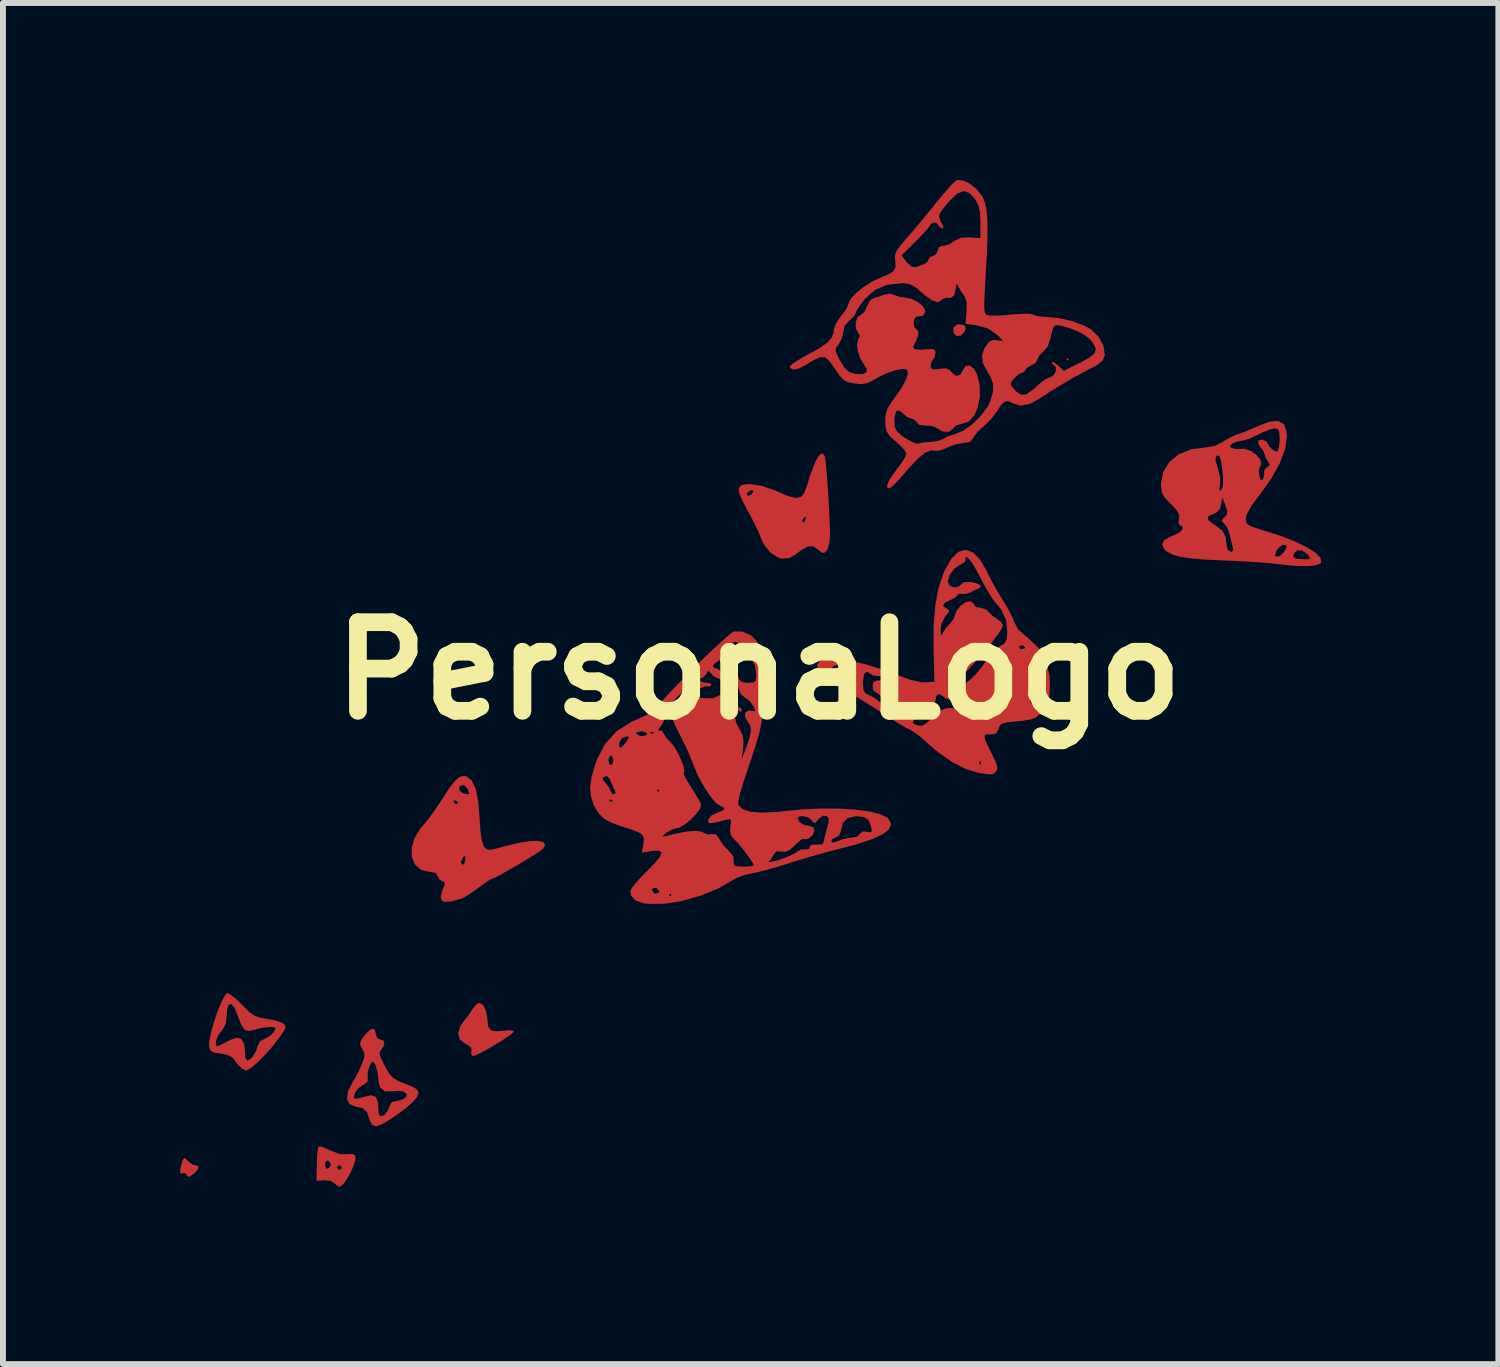
<source format=kicad_pcb>
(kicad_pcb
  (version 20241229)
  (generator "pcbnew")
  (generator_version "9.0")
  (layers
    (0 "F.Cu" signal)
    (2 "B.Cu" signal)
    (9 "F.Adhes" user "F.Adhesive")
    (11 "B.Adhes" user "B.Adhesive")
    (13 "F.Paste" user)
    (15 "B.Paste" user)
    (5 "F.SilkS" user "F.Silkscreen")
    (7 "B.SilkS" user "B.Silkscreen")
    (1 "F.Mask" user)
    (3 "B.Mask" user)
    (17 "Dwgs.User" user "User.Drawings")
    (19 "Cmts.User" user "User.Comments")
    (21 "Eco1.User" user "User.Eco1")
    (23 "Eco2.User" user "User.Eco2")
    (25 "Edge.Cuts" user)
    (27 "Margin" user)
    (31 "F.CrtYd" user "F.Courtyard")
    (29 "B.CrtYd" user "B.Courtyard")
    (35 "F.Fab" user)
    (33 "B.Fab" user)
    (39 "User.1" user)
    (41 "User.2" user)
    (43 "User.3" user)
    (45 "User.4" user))
  (footprint "PersonaLogo"
    (layer "F.Cu")
    (at 9.797 8.308)
    (property "Reference" "PersonaLogo" (at 0 0 0) (layer "F.SilkS") (effects (font (size 1.5 1.5) (thickness 0.3))))
    (attr board_only exclude_from_pos_files exclude_from_bom)
    (fp_poly (pts (xy 5.252 -5.273) (xy 5.232 -5.252) (xy 5.211 -5.273) (xy 5.232 -5.293)) (stroke (width 0) (type solid)) (fill yes) (layer "F.Cu"))
    (fp_poly (pts (xy -0.289 0.645) (xy -0.287 0.657) (xy -0.301 0.697) (xy -0.305 0.698) (xy -0.34 0.669) (xy -0.349 0.657) (xy -0.346 0.619) (xy -0.331 0.616)) (stroke (width 0) (type solid)) (fill yes) (layer "F.Cu"))
    (fp_poly (pts (xy 3.489 -5.848) (xy 3.505 -5.789) (xy 3.485 -5.739) (xy 3.421 -5.675) (xy 3.348 -5.67) (xy 3.298 -5.722) (xy 3.297 -5.812) (xy 3.361 -5.863) (xy 3.401 -5.868)) (stroke (width 0) (type solid)) (fill yes) (layer "F.Cu"))
    (fp_poly (pts (xy -9.687 8.273) (xy -9.666 8.299) (xy -9.594 8.358) (xy -9.546 8.371) (xy -9.486 8.391) (xy -9.497 8.445) (xy -9.554 8.508) (xy -9.638 8.569) (xy -9.679 8.56) (xy -9.684 8.531) (xy -9.714 8.504) (xy -9.749 8.51) (xy -9.79 8.514) (xy -9.797 8.469) (xy -9.785 8.402) (xy -9.756 8.288) (xy -9.726 8.248)) (stroke (width 0) (type solid)) (fill yes) (layer "F.Cu"))
    (fp_poly (pts (xy -4.668 5.659) (xy -4.619 5.753) (xy -4.596 5.879) (xy -4.595 5.896) (xy -4.581 6.024) (xy -4.53 6.09) (xy -4.427 6.106) (xy -4.334 6.096) (xy -4.213 6.086) (xy -4.15 6.098) (xy -4.144 6.108) (xy -4.178 6.144) (xy -4.264 6.207) (xy -4.385 6.286) (xy -4.522 6.368) (xy -4.655 6.443) (xy -4.765 6.499) (xy -4.833 6.524) (xy -4.838 6.524) (xy -4.87 6.494) (xy -4.864 6.448) (xy -4.867 6.383) (xy -4.935 6.333) (xy -4.964 6.32) (xy -5.061 6.244) (xy -5.09 6.136) (xy -5.049 6.01) (xy -5.003 5.946) (xy -4.915 5.833) (xy -4.85 5.734) (xy -4.789 5.656) (xy -4.733 5.622) (xy -4.732 5.622)) (stroke (width 0) (type solid)) (fill yes) (layer "F.Cu"))
    (fp_poly (pts (xy -7.407 8.059) (xy -7.315 8.094) (xy -7.259 8.122) (xy -7.087 8.186) (xy -6.974 8.186) (xy -6.877 8.182) (xy -6.831 8.208) (xy -6.828 8.277) (xy -6.861 8.387) (xy -6.917 8.512) (xy -6.985 8.629) (xy -7.052 8.713) (xy -7.1 8.74) (xy -7.148 8.712) (xy -7.181 8.679) (xy -7.26 8.636) (xy -7.36 8.628) (xy -7.489 8.638) (xy -7.482 8.37) (xy -7.345 8.37) (xy -7.325 8.429) (xy -7.286 8.428) (xy -7.273 8.412) (xy -7.14 8.412) (xy -7.109 8.452) (xy -7.099 8.453) (xy -7.059 8.422) (xy -7.058 8.412) (xy -7.089 8.372) (xy -7.099 8.371) (xy -7.139 8.402) (xy -7.14 8.412) (xy -7.273 8.412) (xy -7.246 8.378) (xy -7.249 8.347) (xy -7.292 8.293) (xy -7.333 8.311) (xy -7.345 8.37) (xy -7.482 8.37) (xy -7.482 8.357) (xy -7.476 8.214) (xy -7.465 8.105) (xy -7.453 8.055) (xy -7.453 8.055)) (stroke (width 0) (type solid)) (fill yes) (layer "F.Cu"))
    (fp_poly (pts (xy 1.112 -3.648) (xy 1.125 -3.604) (xy 1.136 -3.52) (xy 1.15 -3.374) (xy 1.164 -3.185) (xy 1.179 -2.971) (xy 1.191 -2.753) (xy 1.201 -2.549) (xy 1.208 -2.379) (xy 1.209 -2.314) (xy 1.198 -2.169) (xy 1.168 -2.061) (xy 1.153 -2.036) (xy 1.107 -1.993) (xy 1.062 -2.003) (xy 1.006 -2.051) (xy 0.921 -2.106) (xy 0.83 -2.103) (xy 0.716 -2.039) (xy 0.643 -1.983) (xy 0.517 -1.906) (xy 0.396 -1.898) (xy 0.328 -1.917) (xy 0.201 -1.999) (xy 0.092 -2.134) (xy 0.036 -2.253) (xy -0.008 -2.362) (xy -0.08 -2.511) (xy -0.096 -2.542) (xy 0.739 -2.542) (xy 0.752 -2.504) (xy 0.782 -2.537) (xy 0.795 -2.567) (xy 0.798 -2.609) (xy 0.779 -2.605) (xy 0.74 -2.553) (xy 0.739 -2.542) (xy -0.096 -2.542) (xy -0.163 -2.669) (xy -0.168 -2.678) (xy -0.272 -2.87) (xy -0.321 -2.988) (xy -0.205 -2.988) (xy -0.181 -2.961) (xy -0.132 -2.978) (xy -0.093 -3.025) (xy -0.091 -3.029) (xy -0.104 -3.06) (xy -0.14 -3.053) (xy -0.197 -3.011) (xy -0.205 -2.988) (xy -0.321 -2.988) (xy -0.328 -3.004) (xy -0.338 -3.09) (xy -0.3 -3.138) (xy -0.214 -3.157) (xy -0.143 -3.16) (xy 0.048 -3.132) (xy 0.277 -3.053) (xy 0.318 -3.035) (xy 0.501 -2.958) (xy 0.628 -2.926) (xy 0.713 -2.942) (xy 0.77 -3.006) (xy 0.812 -3.119) (xy 0.889 -3.359) (xy 0.959 -3.536) (xy 1.022 -3.646) (xy 1.073 -3.684)) (stroke (width 0) (type solid)) (fill yes) (layer "F.Cu"))
    (fp_poly (pts (xy -8.938 5.486) (xy -8.846 5.56) (xy -8.744 5.661) (xy -8.632 5.774) (xy -8.54 5.84) (xy -8.44 5.875) (xy -8.341 5.892) (xy -8.204 5.917) (xy -8.093 5.952) (xy -8.055 5.971) (xy -8.016 6.008) (xy -8.015 6.052) (xy -8.058 6.127) (xy -8.095 6.181) (xy -8.213 6.338) (xy -8.343 6.488) (xy -8.471 6.618) (xy -8.582 6.716) (xy -8.664 6.765) (xy -8.683 6.769) (xy -8.754 6.735) (xy -8.831 6.655) (xy -8.843 6.636) (xy -8.914 6.547) (xy -9.004 6.502) (xy -9.11 6.483) (xy -9.226 6.465) (xy -9.283 6.432) (xy -9.305 6.371) (xy -9.307 6.352) (xy -9.306 6.337) (xy -9.194 6.337) (xy -9.169 6.36) (xy -9.123 6.342) (xy -9.033 6.294) (xy -8.989 6.27) (xy -8.855 6.215) (xy -8.764 6.23) (xy -8.713 6.316) (xy -8.699 6.447) (xy -8.689 6.563) (xy -8.656 6.602) (xy -8.596 6.566) (xy -8.566 6.535) (xy -8.508 6.436) (xy -8.488 6.362) (xy -8.44 6.269) (xy -8.375 6.238) (xy -8.277 6.186) (xy -8.217 6.124) (xy -8.18 6.059) (xy -8.2 6.035) (xy -8.278 6.032) (xy -8.407 6.046) (xy -8.532 6.078) (xy -8.632 6.101) (xy -8.703 6.081) (xy -8.759 6.004) (xy -8.814 5.861) (xy -8.822 5.835) (xy -8.879 5.701) (xy -8.933 5.642) (xy -8.977 5.658) (xy -9.003 5.75) (xy -9.007 5.827) (xy -9.023 5.976) (xy -9.078 6.081) (xy -9.099 6.104) (xy -9.155 6.181) (xy -9.189 6.268) (xy -9.194 6.337) (xy -9.306 6.337) (xy -9.301 6.256) (xy -9.272 6.118) (xy -9.226 5.957) (xy -9.171 5.792) (xy -9.112 5.642) (xy -9.056 5.526) (xy -9.01 5.463) (xy -8.997 5.458)) (stroke (width 0) (type solid)) (fill yes) (layer "F.Cu"))
    (fp_poly (pts (xy -6.503 6.072) (xy -6.483 6.155) (xy -6.483 6.158) (xy -6.458 6.223) (xy -6.424 6.237) (xy -6.351 6.264) (xy -6.339 6.331) (xy -6.378 6.398) (xy -6.412 6.445) (xy -6.417 6.496) (xy -6.389 6.575) (xy -6.331 6.692) (xy -6.255 6.823) (xy -6.182 6.903) (xy -6.082 6.958) (xy -6.015 6.983) (xy -5.864 7.042) (xy -5.782 7.093) (xy -5.759 7.147) (xy -5.786 7.216) (xy -5.798 7.235) (xy -5.87 7.316) (xy -5.985 7.415) (xy -6.124 7.519) (xy -6.265 7.613) (xy -6.389 7.683) (xy -6.474 7.714) (xy -6.481 7.714) (xy -6.552 7.688) (xy -6.591 7.598) (xy -6.592 7.592) (xy -6.635 7.47) (xy -6.715 7.405) (xy -6.832 7.379) (xy -6.931 7.337) (xy -6.972 7.247) (xy -6.968 7.217) (xy -6.854 7.217) (xy -6.843 7.246) (xy -6.796 7.246) (xy -6.706 7.222) (xy -6.695 7.218) (xy -6.561 7.188) (xy -6.482 7.217) (xy -6.446 7.31) (xy -6.442 7.385) (xy -6.435 7.5) (xy -6.407 7.545) (xy -6.351 7.529) (xy -6.335 7.519) (xy -6.287 7.458) (xy -6.26 7.396) (xy -6.228 7.324) (xy -6.204 7.301) (xy -6.043 7.265) (xy -5.976 7.223) (xy -5.957 7.171) (xy -6.004 7.132) (xy -6.096 7.114) (xy -6.189 7.121) (xy -6.327 7.121) (xy -6.41 7.059) (xy -6.442 6.934) (xy -6.442 6.906) (xy -6.456 6.782) (xy -6.488 6.68) (xy -6.488 6.679) (xy -6.524 6.621) (xy -6.552 6.629) (xy -6.589 6.692) (xy -6.622 6.8) (xy -6.62 6.883) (xy -6.622 6.96) (xy -6.688 7.009) (xy -6.701 7.014) (xy -6.776 7.066) (xy -6.833 7.144) (xy -6.854 7.217) (xy -6.968 7.217) (xy -6.953 7.12) (xy -6.884 6.982) (xy -6.802 6.84) (xy -6.728 6.686) (xy -6.719 6.663) (xy -6.68 6.552) (xy -6.676 6.481) (xy -6.706 6.418) (xy -6.714 6.407) (xy -6.749 6.34) (xy -6.743 6.276) (xy -6.689 6.193) (xy -6.634 6.127) (xy -6.555 6.063)) (stroke (width 0) (type solid)) (fill yes) (layer "F.Cu"))
    (fp_poly (pts (xy -4.946 1.79) (xy -4.857 1.861) (xy -4.792 2) (xy -4.749 2.211) (xy -4.727 2.484) (xy -4.711 2.717) (xy -4.686 2.883) (xy -4.653 2.974) (xy -4.653 2.975) (xy -4.619 3.015) (xy -4.579 3.032) (xy -4.513 3.027) (xy -4.4 2.999) (xy -4.318 2.976) (xy -4.076 2.917) (xy -3.877 2.885) (xy -3.73 2.881) (xy -3.641 2.905) (xy -3.617 2.955) (xy -3.648 3.011) (xy -3.698 3.051) (xy -3.801 3.118) (xy -3.938 3.202) (xy -4.092 3.294) (xy -4.246 3.383) (xy -4.382 3.459) (xy -4.483 3.511) (xy -4.53 3.529) (xy -4.573 3.552) (xy -4.66 3.612) (xy -4.748 3.677) (xy -4.868 3.763) (xy -4.974 3.83) (xy -5.025 3.856) (xy -5.207 3.909) (xy -5.325 3.913) (xy -5.364 3.893) (xy -5.385 3.831) (xy -5.357 3.724) (xy -5.35 3.709) (xy -5.316 3.617) (xy -5.319 3.577) (xy -5.35 3.57) (xy -5.405 3.536) (xy -5.428 3.488) (xy -5.476 3.423) (xy -5.569 3.406) (xy -5.716 3.373) (xy -5.817 3.285) (xy -5.834 3.245) (xy -5.044 3.245) (xy -5.02 3.281) (xy -5.006 3.283) (xy -4.974 3.248) (xy -4.966 3.19) (xy -4.972 3.13) (xy -4.996 3.145) (xy -5.006 3.16) (xy -5.044 3.245) (xy -5.834 3.245) (xy -5.872 3.156) (xy -5.876 3.001) (xy -5.829 2.834) (xy -5.727 2.67) (xy -5.693 2.631) (xy -5.605 2.526) (xy -5.496 2.378) (xy -5.385 2.213) (xy -5.17 2.213) (xy -5.14 2.255) (xy -5.129 2.257) (xy -5.089 2.243) (xy -5.088 2.239) (xy -5.117 2.204) (xy -5.129 2.195) (xy -5.167 2.199) (xy -5.17 2.213) (xy -5.385 2.213) (xy -5.385 2.213) (xy -5.352 2.161) (xy -5.231 1.976) (xy -5.229 1.974) (xy -5.071 1.974) (xy -5.066 2.029) (xy -5.007 2.075) (xy -4.933 2.092) (xy -4.901 2.075) (xy -4.923 2.012) (xy -4.924 2.011) (xy -4.985 1.938) (xy -5.045 1.944) (xy -5.071 1.974) (xy -5.229 1.974) (xy -5.136 1.857) (xy -5.057 1.794) (xy -4.986 1.78)) (stroke (width 0) (type solid)) (fill yes) (layer "F.Cu"))
    (fp_poly (pts (xy 8.892 -4.176) (xy 8.938 -4.057) (xy 8.945 -3.954) (xy 8.914 -3.75) (xy 8.823 -3.512) (xy 8.68 -3.254) (xy 8.491 -2.989) (xy 8.48 -2.975) (xy 8.339 -2.785) (xy 8.263 -2.644) (xy 8.248 -2.576) (xy 8.254 -2.517) (xy 8.284 -2.475) (xy 8.354 -2.439) (xy 8.48 -2.397) (xy 8.545 -2.378) (xy 8.839 -2.284) (xy 9.09 -2.185) (xy 9.291 -2.087) (xy 9.436 -1.994) (xy 9.516 -1.909) (xy 9.525 -1.836) (xy 9.514 -1.819) (xy 9.441 -1.786) (xy 9.3 -1.771) (xy 9.102 -1.775) (xy 8.858 -1.797) (xy 8.761 -1.809) (xy 8.631 -1.823) (xy 8.44 -1.838) (xy 8.213 -1.852) (xy 7.969 -1.864) (xy 7.879 -1.867) (xy 7.564 -1.882) (xy 7.321 -1.902) (xy 7.139 -1.93) (xy 7.062 -1.952) (xy 8.74 -1.952) (xy 8.766 -1.927) (xy 8.793 -1.935) (xy 9.048 -1.935) (xy 9.094 -1.9) (xy 9.218 -1.888) (xy 9.225 -1.888) (xy 9.318 -1.89) (xy 9.341 -1.908) (xy 9.306 -1.956) (xy 9.294 -1.97) (xy 9.199 -2.042) (xy 9.116 -2.034) (xy 9.074 -1.997) (xy 9.048 -1.935) (xy 8.793 -1.935) (xy 8.825 -1.945) (xy 8.886 -1.997) (xy 8.888 -2) (xy 8.939 -2.086) (xy 8.924 -2.128) (xy 8.885 -2.134) (xy 8.824 -2.101) (xy 8.766 -2.028) (xy 8.74 -1.952) (xy 7.062 -1.952) (xy 7.007 -1.967) (xy 6.915 -2.016) (xy 6.868 -2.057) (xy 6.83 -2.141) (xy 6.873 -2.216) (xy 6.997 -2.284) (xy 7.041 -2.299) (xy 7.126 -2.343) (xy 7.177 -2.398) (xy 7.182 -2.444) (xy 7.135 -2.462) (xy 7.108 -2.496) (xy 7.116 -2.565) (xy 7.605 -2.565) (xy 7.676 -2.501) (xy 7.731 -2.465) (xy 7.85 -2.373) (xy 7.907 -2.271) (xy 7.92 -2.158) (xy 7.941 -2.05) (xy 8.006 -2.011) (xy 8.013 -2.011) (xy 8.034 -2.044) (xy 8.026 -2.103) (xy 7.997 -2.214) (xy 7.973 -2.318) (xy 7.933 -2.424) (xy 7.882 -2.493) (xy 7.839 -2.538) (xy 7.864 -2.58) (xy 7.886 -2.598) (xy 7.928 -2.642) (xy 7.933 -2.698) (xy 7.905 -2.796) (xy 7.899 -2.814) (xy 7.863 -2.905) (xy 7.845 -2.924) (xy 7.839 -2.876) (xy 7.839 -2.872) (xy 7.815 -2.747) (xy 7.743 -2.674) (xy 7.684 -2.649) (xy 7.608 -2.612) (xy 7.605 -2.565) (xy 7.116 -2.565) (xy 7.116 -2.565) (xy 7.12 -2.638) (xy 7.084 -2.712) (xy 6.995 -2.808) (xy 6.977 -2.826) (xy 6.879 -2.927) (xy 6.829 -3.012) (xy 6.813 -3.114) (xy 6.812 -3.172) (xy 6.85 -3.368) (xy 6.956 -3.537) (xy 6.981 -3.557) (xy 7.737 -3.557) (xy 7.766 -3.459) (xy 7.776 -3.433) (xy 7.816 -3.266) (xy 7.811 -3.152) (xy 7.8 -3.065) (xy 7.816 -3.047) (xy 7.834 -3.061) (xy 7.86 -3.127) (xy 7.864 -3.258) (xy 7.854 -3.379) (xy 7.83 -3.547) (xy 7.801 -3.636) (xy 7.765 -3.648) (xy 7.738 -3.615) (xy 7.737 -3.557) (xy 6.981 -3.557) (xy 7.117 -3.667) (xy 7.322 -3.75) (xy 7.527 -3.775) (xy 7.725 -3.807) (xy 7.736 -3.812) (xy 7.979 -3.812) (xy 7.996 -3.779) (xy 8.006 -3.772) (xy 8.094 -3.751) (xy 8.128 -3.756) (xy 8.231 -3.759) (xy 8.339 -3.719) (xy 8.433 -3.652) (xy 8.496 -3.572) (xy 8.509 -3.494) (xy 8.487 -3.456) (xy 8.468 -3.392) (xy 8.477 -3.304) (xy 8.501 -3.231) (xy 8.526 -3.231) (xy 8.543 -3.257) (xy 8.564 -3.332) (xy 8.557 -3.363) (xy 8.568 -3.41) (xy 8.606 -3.442) (xy 8.654 -3.485) (xy 8.629 -3.533) (xy 8.627 -3.535) (xy 8.582 -3.609) (xy 8.576 -3.643) (xy 8.549 -3.716) (xy 8.515 -3.76) (xy 8.46 -3.84) (xy 8.461 -3.897) (xy 8.517 -3.914) (xy 8.535 -3.91) (xy 8.602 -3.879) (xy 8.617 -3.855) (xy 8.645 -3.796) (xy 8.706 -3.74) (xy 8.767 -3.712) (xy 8.785 -3.716) (xy 8.807 -3.767) (xy 8.821 -3.871) (xy 8.822 -3.921) (xy 8.817 -4.035) (xy 8.794 -4.089) (xy 8.745 -4.103) (xy 8.738 -4.103) (xy 8.655 -4.085) (xy 8.535 -4.037) (xy 8.462 -4.001) (xy 8.338 -3.942) (xy 8.233 -3.905) (xy 8.194 -3.898) (xy 8.097 -3.879) (xy 8.034 -3.853) (xy 7.979 -3.812) (xy 7.736 -3.812) (xy 7.863 -3.879) (xy 7.983 -3.95) (xy 8.095 -4.001) (xy 8.122 -4.009) (xy 8.215 -4.04) (xy 8.349 -4.095) (xy 8.467 -4.148) (xy 8.659 -4.221) (xy 8.8 -4.23)) (stroke (width 0) (type solid)) (fill yes) (layer "F.Cu"))
    (fp_poly (pts (xy 3.626 -2.005) (xy 3.749 -1.88) (xy 3.869 -1.676) (xy 3.892 -1.625) (xy 3.956 -1.497) (xy 4.046 -1.338) (xy 4.137 -1.191) (xy 4.224 -1.048) (xy 4.292 -0.915) (xy 4.329 -0.82) (xy 4.33 -0.818) (xy 4.393 -0.702) (xy 4.535 -0.573) (xy 4.56 -0.554) (xy 4.745 -0.381) (xy 4.865 -0.171) (xy 4.924 0.086) (xy 4.932 0.237) (xy 4.925 0.405) (xy 4.896 0.526) (xy 4.838 0.634) (xy 4.836 0.636) (xy 4.766 0.73) (xy 4.696 0.79) (xy 4.605 0.825) (xy 4.468 0.847) (xy 4.351 0.859) (xy 4.206 0.875) (xy 4.123 0.896) (xy 4.081 0.931) (xy 4.061 0.985) (xy 4.025 1.06) (xy 3.95 1.078) (xy 3.926 1.076) (xy 3.856 1.075) (xy 3.825 1.101) (xy 3.834 1.165) (xy 3.884 1.279) (xy 3.944 1.397) (xy 4.012 1.537) (xy 4.04 1.625) (xy 4.035 1.681) (xy 4.021 1.704) (xy 3.988 1.739) (xy 3.949 1.754) (xy 3.881 1.753) (xy 3.762 1.735) (xy 3.714 1.727) (xy 3.505 1.663) (xy 3.305 1.559) (xy 3.734 1.559) (xy 3.749 1.593) (xy 3.761 1.587) (xy 3.766 1.538) (xy 3.761 1.532) (xy 3.737 1.538) (xy 3.734 1.559) (xy 3.305 1.559) (xy 3.271 1.542) (xy 3.033 1.376) (xy 2.877 1.242) (xy 2.755 1.134) (xy 2.646 1.048) (xy 2.571 1.002) (xy 2.565 0.999) (xy 2.493 0.965) (xy 2.376 0.897) (xy 2.362 0.888) (xy 2.613 0.888) (xy 2.655 0.909) (xy 2.719 0.931) (xy 2.77 0.93) (xy 2.829 0.895) (xy 2.918 0.817) (xy 2.958 0.781) (xy 2.984 0.759) (xy 3.734 0.759) (xy 3.755 0.78) (xy 3.775 0.759) (xy 3.755 0.739) (xy 3.734 0.759) (xy 2.984 0.759) (xy 3.067 0.688) (xy 3.15 0.642) (xy 3.238 0.63) (xy 3.313 0.635) (xy 3.444 0.651) (xy 3.551 0.672) (xy 3.571 0.678) (xy 3.618 0.688) (xy 3.622 0.666) (xy 3.582 0.598) (xy 3.55 0.551) (xy 3.523 0.503) (xy 4.599 0.503) (xy 4.608 0.557) (xy 4.626 0.533) (xy 4.678 0.46) (xy 4.724 0.419) (xy 4.776 0.351) (xy 4.794 0.23) (xy 4.794 0.183) (xy 4.785 0.074) (xy 4.765 0.008) (xy 4.755 0) (xy 4.732 0.037) (xy 4.715 0.134) (xy 4.707 0.269) (xy 4.708 0.359) (xy 4.677 0.405) (xy 4.653 0.41) (xy 4.609 0.445) (xy 4.599 0.503) (xy 3.523 0.503) (xy 3.471 0.411) (xy 3.456 0.304) (xy 3.506 0.214) (xy 3.575 0.155) (xy 3.669 0.067) (xy 3.774 -0.059) (xy 3.839 -0.15) (xy 3.881 -0.208) (xy 4.637 -0.208) (xy 4.654 -0.14) (xy 4.678 -0.123) (xy 4.715 -0.156) (xy 4.719 -0.182) (xy 4.694 -0.252) (xy 4.678 -0.267) (xy 4.646 -0.254) (xy 4.637 -0.208) (xy 3.881 -0.208) (xy 3.932 -0.275) (xy 4.03 -0.375) (xy 4.081 -0.411) (xy 4.412 -0.411) (xy 4.42 -0.375) (xy 4.45 -0.369) (xy 4.506 -0.379) (xy 4.514 -0.387) (xy 4.484 -0.426) (xy 4.43 -0.427) (xy 4.412 -0.411) (xy 4.081 -0.411) (xy 4.09 -0.418) (xy 4.164 -0.464) (xy 4.199 -0.531) (xy 4.21 -0.648) (xy 4.21 -0.657) (xy 4.189 -0.862) (xy 4.106 -1.037) (xy 4.015 -1.148) (xy 3.952 -1.231) (xy 3.87 -1.364) (xy 3.782 -1.522) (xy 3.755 -1.576) (xy 3.675 -1.724) (xy 3.602 -1.842) (xy 3.548 -1.911) (xy 3.533 -1.921) (xy 3.497 -1.916) (xy 3.505 -1.893) (xy 3.495 -1.845) (xy 3.433 -1.808) (xy 3.322 -1.736) (xy 3.236 -1.627) (xy 3.201 -1.515) (xy 3.201 -1.512) (xy 3.233 -1.442) (xy 3.307 -1.411) (xy 3.388 -1.427) (xy 3.421 -1.456) (xy 3.477 -1.501) (xy 3.568 -1.505) (xy 3.625 -1.496) (xy 3.72 -1.469) (xy 3.765 -1.436) (xy 3.766 -1.428) (xy 3.72 -1.388) (xy 3.713 -1.387) (xy 3.649 -1.364) (xy 3.598 -1.333) (xy 3.503 -1.299) (xy 3.444 -1.302) (xy 3.38 -1.302) (xy 3.365 -1.281) (xy 3.33 -1.24) (xy 3.247 -1.198) (xy 3.242 -1.196) (xy 3.145 -1.147) (xy 3.124 -1.096) (xy 3.181 -1.052) (xy 3.186 -1.05) (xy 3.226 -1.025) (xy 3.213 -0.984) (xy 3.166 -0.93) (xy 3.092 -0.794) (xy 3.08 -0.695) (xy 3.085 -0.61) (xy 3.098 -0.6) (xy 3.116 -0.636) (xy 3.173 -0.726) (xy 3.237 -0.796) (xy 3.301 -0.877) (xy 3.324 -0.943) (xy 3.354 -1.024) (xy 3.425 -1.105) (xy 3.512 -1.164) (xy 3.586 -1.177) (xy 3.588 -1.176) (xy 3.644 -1.133) (xy 3.652 -1.109) (xy 3.687 -1.077) (xy 3.753 -1.067) (xy 3.844 -1.043) (xy 3.889 -1.002) (xy 3.953 -0.935) (xy 4.024 -0.888) (xy 4.103 -0.828) (xy 4.136 -0.772) (xy 4.115 -0.714) (xy 4.048 -0.611) (xy 3.945 -0.477) (xy 3.819 -0.324) (xy 3.682 -0.166) (xy 3.544 -0.016) (xy 3.417 0.113) (xy 3.313 0.208) (xy 3.244 0.254) (xy 3.242 0.255) (xy 3.204 0.279) (xy 3.224 0.323) (xy 3.252 0.356) (xy 3.306 0.426) (xy 3.324 0.465) (xy 3.293 0.492) (xy 3.223 0.487) (xy 3.149 0.457) (xy 3.119 0.431) (xy 3.055 0.39) (xy 3.009 0.423) (xy 2.995 0.494) (xy 2.963 0.569) (xy 2.885 0.641) (xy 2.883 0.643) (xy 2.767 0.723) (xy 2.675 0.796) (xy 2.614 0.856) (xy 2.613 0.888) (xy 2.362 0.888) (xy 2.236 0.808) (xy 2.195 0.781) (xy 2.03 0.674) (xy 1.827 0.546) (xy 1.617 0.419) (xy 1.518 0.36) (xy 1.297 0.226) (xy 1.142 0.119) (xy 1.044 0.032) (xy 1.002 -0.034) (xy 1.234 -0.034) (xy 1.253 0.039) (xy 1.297 0.086) (xy 1.377 0.143) (xy 1.472 0.201) (xy 1.547 0.238) (xy 1.559 0.242) (xy 1.573 0.209) (xy 1.573 0.209) (xy 1.764 0.209) (xy 1.774 0.322) (xy 1.812 0.383) (xy 1.861 0.408) (xy 1.961 0.459) (xy 2.015 0.5) (xy 2.085 0.562) (xy 2.176 0.635) (xy 2.261 0.699) (xy 2.316 0.736) (xy 2.324 0.739) (xy 2.337 0.705) (xy 2.339 0.68) (xy 2.304 0.629) (xy 2.247 0.608) (xy 2.162 0.562) (xy 2.101 0.482) (xy 2.045 0.402) (xy 1.988 0.369) (xy 1.941 0.334) (xy 1.929 0.267) (xy 1.941 0.194) (xy 1.997 0.167) (xy 2.054 0.164) (xy 2.14 0.152) (xy 2.152 0.119) (xy 2.094 0.09) (xy 2.034 0.091) (xy 1.941 0.082) (xy 1.893 0.053) (xy 1.83 0.016) (xy 1.786 0.054) (xy 1.766 0.165) (xy 1.764 0.209) (xy 1.573 0.209) (xy 1.58 0.124) (xy 1.58 0.113) (xy 1.562 0.006) (xy 1.493 -0.06) (xy 1.471 -0.072) (xy 1.357 -0.103) (xy 1.273 -0.086) (xy 1.234 -0.034) (xy 1.002 -0.034) (xy 0.997 -0.041) (xy 0.992 -0.11) (xy 0.992 -0.11) (xy 1.042 -0.171) (xy 1.158 -0.2) (xy 1.329 -0.2) (xy 1.544 -0.17) (xy 1.795 -0.113) (xy 2.069 -0.029) (xy 2.33 0.067) (xy 2.564 0.151) (xy 2.745 0.193) (xy 2.828 0.197) (xy 2.975 0.185) (xy 2.962 -0.349) (xy 2.962 -0.756) (xy 2.989 -1.098) (xy 3.042 -1.388) (xy 3.125 -1.642) (xy 3.148 -1.695) (xy 3.26 -1.894) (xy 3.379 -2.012) (xy 3.502 -2.049)) (stroke (width 0) (type solid)) (fill yes) (layer "F.Cu"))
    (fp_poly (pts (xy 3.451 -8.306) (xy 3.569 -8.251) (xy 3.687 -8.158) (xy 3.78 -8.042) (xy 3.793 -8.019) (xy 3.829 -7.934) (xy 3.854 -7.828) (xy 3.87 -7.69) (xy 3.876 -7.511) (xy 3.873 -7.281) (xy 3.861 -6.99) (xy 3.84 -6.627) (xy 3.839 -6.603) (xy 3.826 -6.377) (xy 3.82 -6.219) (xy 3.822 -6.117) (xy 3.833 -6.058) (xy 3.853 -6.029) (xy 3.869 -6.021) (xy 3.938 -6.013) (xy 4.064 -6.015) (xy 4.225 -6.026) (xy 4.275 -6.031) (xy 4.453 -6.044) (xy 4.584 -6.044) (xy 4.652 -6.031) (xy 4.655 -6.029) (xy 4.717 -6.006) (xy 4.828 -5.993) (xy 4.884 -5.991) (xy 5.081 -5.972) (xy 5.295 -5.923) (xy 5.494 -5.853) (xy 5.633 -5.778) (xy 5.758 -5.653) (xy 5.839 -5.5) (xy 5.861 -5.348) (xy 5.86 -5.342) (xy 5.826 -5.253) (xy 5.736 -5.179) (xy 5.683 -5.151) (xy 5.506 -5.059) (xy 5.302 -4.946) (xy 5.095 -4.825) (xy 4.913 -4.713) (xy 4.788 -4.63) (xy 4.597 -4.521) (xy 4.435 -4.488) (xy 4.301 -4.53) (xy 4.224 -4.567) (xy 4.161 -4.556) (xy 4.095 -4.486) (xy 4.029 -4.385) (xy 3.932 -4.258) (xy 3.815 -4.142) (xy 3.798 -4.128) (xy 3.703 -4.042) (xy 3.64 -3.959) (xy 3.632 -3.939) (xy 3.583 -3.877) (xy 3.479 -3.857) (xy 3.474 -3.857) (xy 3.348 -3.837) (xy 3.214 -3.788) (xy 3.2 -3.781) (xy 3.095 -3.737) (xy 3.016 -3.722) (xy 3.004 -3.724) (xy 2.914 -3.731) (xy 2.814 -3.688) (xy 2.692 -3.588) (xy 2.539 -3.425) (xy 2.507 -3.387) (xy 2.368 -3.228) (xy 2.272 -3.13) (xy 2.213 -3.087) (xy 2.182 -3.094) (xy 2.175 -3.14) (xy 2.199 -3.204) (xy 2.262 -3.306) (xy 2.339 -3.411) (xy 2.424 -3.527) (xy 2.484 -3.623) (xy 2.503 -3.674) (xy 2.474 -3.729) (xy 2.398 -3.813) (xy 2.325 -3.879) (xy 2.221 -3.972) (xy 2.167 -4.049) (xy 2.147 -4.141) (xy 2.144 -4.22) (xy 2.15 -4.342) (xy 2.184 -4.445) (xy 2.257 -4.561) (xy 2.298 -4.616) (xy 2.423 -4.795) (xy 2.5 -4.942) (xy 2.526 -5.05) (xy 2.51 -5.098) (xy 2.445 -5.112) (xy 2.331 -5.093) (xy 2.19 -5.047) (xy 2.046 -4.982) (xy 1.963 -4.933) (xy 1.849 -4.872) (xy 1.744 -4.853) (xy 1.623 -4.864) (xy 1.514 -4.887) (xy 1.437 -4.925) (xy 1.368 -5) (xy 1.29 -5.116) (xy 1.203 -5.24) (xy 1.129 -5.304) (xy 1.047 -5.311) (xy 0.936 -5.263) (xy 0.808 -5.184) (xy 0.678 -5.117) (xy 0.581 -5.099) (xy 0.53 -5.131) (xy 0.526 -5.15) (xy 0.558 -5.186) (xy 0.647 -5.247) (xy 0.777 -5.324) (xy 0.841 -5.358) (xy 0.959 -5.424) (xy 1.302 -5.424) (xy 1.325 -5.354) (xy 1.382 -5.246) (xy 1.458 -5.125) (xy 1.532 -5.059) (xy 1.63 -5.028) (xy 1.631 -5.028) (xy 1.757 -5.021) (xy 1.826 -5.052) (xy 1.829 -5.115) (xy 1.801 -5.159) (xy 1.727 -5.277) (xy 1.679 -5.41) (xy 1.664 -5.529) (xy 1.685 -5.605) (xy 1.715 -5.67) (xy 1.689 -5.714) (xy 1.647 -5.797) (xy 1.643 -5.899) (xy 1.674 -5.985) (xy 1.718 -6.019) (xy 1.783 -6.07) (xy 1.832 -6.165) (xy 1.833 -6.169) (xy 1.887 -6.273) (xy 1.951 -6.311) (xy 2.054 -6.34) (xy 2.118 -6.367) (xy 2.229 -6.387) (xy 2.29 -6.364) (xy 2.398 -6.329) (xy 2.484 -6.319) (xy 2.593 -6.296) (xy 2.703 -6.239) (xy 2.788 -6.165) (xy 2.824 -6.092) (xy 2.823 -6.079) (xy 2.786 -6.018) (xy 2.759 -6.006) (xy 2.678 -5.997) (xy 2.667 -5.996) (xy 2.636 -5.957) (xy 2.626 -5.888) (xy 2.64 -5.811) (xy 2.667 -5.786) (xy 2.703 -5.754) (xy 2.702 -5.678) (xy 2.666 -5.584) (xy 2.647 -5.553) (xy 2.614 -5.483) (xy 2.642 -5.445) (xy 2.738 -5.436) (xy 2.842 -5.444) (xy 2.943 -5.448) (xy 2.987 -5.426) (xy 2.995 -5.379) (xy 2.977 -5.3) (xy 2.954 -5.273) (xy 2.92 -5.215) (xy 2.913 -5.166) (xy 2.924 -5.114) (xy 2.97 -5.1) (xy 3.06 -5.112) (xy 3.168 -5.122) (xy 3.234 -5.092) (xy 3.266 -5.054) (xy 3.341 -4.994) (xy 3.413 -5.01) (xy 3.459 -5.091) (xy 3.505 -5.163) (xy 3.572 -5.169) (xy 3.644 -5.115) (xy 3.7 -5.016) (xy 3.743 -4.831) (xy 3.746 -4.641) (xy 3.712 -4.465) (xy 3.648 -4.319) (xy 3.559 -4.22) (xy 3.453 -4.185) (xy 3.341 -4.152) (xy 3.291 -4.101) (xy 3.214 -4.044) (xy 3.106 -4.055) (xy 3.001 -4.118) (xy 2.92 -4.147) (xy 2.826 -4.151) (xy 2.721 -4.162) (xy 2.683 -4.203) (xy 2.626 -4.259) (xy 2.59 -4.268) (xy 2.513 -4.297) (xy 2.45 -4.351) (xy 2.376 -4.41) (xy 2.326 -4.391) (xy 2.301 -4.295) (xy 2.298 -4.227) (xy 2.306 -4.125) (xy 2.344 -4.051) (xy 2.428 -3.977) (xy 2.472 -3.946) (xy 2.585 -3.879) (xy 2.677 -3.847) (xy 2.708 -3.848) (xy 2.79 -3.865) (xy 2.906 -3.875) (xy 2.917 -3.875) (xy 3.034 -3.89) (xy 3.12 -3.924) (xy 3.126 -3.928) (xy 3.206 -3.971) (xy 3.321 -4.008) (xy 3.332 -4.01) (xy 3.474 -4.071) (xy 3.628 -4.184) (xy 3.772 -4.328) (xy 3.882 -4.48) (xy 3.922 -4.564) (xy 3.969 -4.731) (xy 3.97 -4.854) (xy 4.268 -4.854) (xy 4.293 -4.808) (xy 4.354 -4.735) (xy 4.355 -4.733) (xy 4.439 -4.675) (xy 4.531 -4.682) (xy 4.644 -4.758) (xy 4.686 -4.796) (xy 4.797 -4.895) (xy 4.877 -4.948) (xy 4.949 -4.972) (xy 4.999 -5.009) (xy 5.031 -5.076) (xy 5.034 -5.141) (xy 5.001 -5.17) (xy 5.001 -5.17) (xy 4.967 -5.202) (xy 4.965 -5.218) (xy 4.99 -5.227) (xy 5.052 -5.185) (xy 5.065 -5.173) (xy 5.165 -5.079) (xy 5.445 -5.218) (xy 5.605 -5.306) (xy 5.691 -5.381) (xy 5.709 -5.457) (xy 5.664 -5.547) (xy 5.597 -5.625) (xy 5.512 -5.689) (xy 5.389 -5.752) (xy 5.253 -5.806) (xy 5.126 -5.842) (xy 5.033 -5.851) (xy 5.003 -5.84) (xy 4.976 -5.779) (xy 4.952 -5.674) (xy 4.949 -5.65) (xy 4.894 -5.489) (xy 4.824 -5.411) (xy 4.751 -5.337) (xy 4.719 -5.271) (xy 4.719 -5.269) (xy 4.685 -5.211) (xy 4.616 -5.17) (xy 4.54 -5.127) (xy 4.514 -5.089) (xy 4.481 -5.05) (xy 4.461 -5.047) (xy 4.4 -5.018) (xy 4.327 -4.952) (xy 4.275 -4.881) (xy 4.268 -4.854) (xy 3.97 -4.854) (xy 3.97 -4.861) (xy 3.922 -4.985) (xy 3.878 -5.056) (xy 3.796 -5.211) (xy 3.781 -5.344) (xy 3.826 -5.468) (xy 3.898 -5.569) (xy 3.975 -5.603) (xy 4.062 -5.593) (xy 4.121 -5.581) (xy 4.129 -5.595) (xy 4.082 -5.646) (xy 4.031 -5.693) (xy 3.878 -5.798) (xy 3.699 -5.847) (xy 3.501 -5.874) (xy 3.52 -6.077) (xy 3.522 -6.236) (xy 3.491 -6.335) (xy 3.479 -6.351) (xy 3.412 -6.448) (xy 3.383 -6.504) (xy 3.359 -6.549) (xy 3.344 -6.526) (xy 3.333 -6.453) (xy 3.308 -6.351) (xy 3.248 -6.314) (xy 3.173 -6.315) (xy 3.109 -6.292) (xy 3.099 -6.279) (xy 3.036 -6.239) (xy 2.938 -6.269) (xy 2.802 -6.368) (xy 2.765 -6.401) (xy 2.651 -6.498) (xy 2.558 -6.547) (xy 2.456 -6.562) (xy 2.412 -6.562) (xy 2.166 -6.533) (xy 1.97 -6.449) (xy 1.804 -6.302) (xy 1.789 -6.285) (xy 1.708 -6.177) (xy 1.654 -6.09) (xy 1.641 -6.053) (xy 1.61 -5.995) (xy 1.539 -5.933) (xy 1.453 -5.837) (xy 1.436 -5.748) (xy 1.41 -5.629) (xy 1.357 -5.534) (xy 1.314 -5.474) (xy 1.302 -5.424) (xy 0.959 -5.424) (xy 1.036 -5.467) (xy 1.165 -5.558) (xy 1.239 -5.643) (xy 1.27 -5.732) (xy 1.272 -5.772) (xy 1.298 -5.859) (xy 1.364 -5.967) (xy 1.395 -6.005) (xy 1.47 -6.104) (xy 1.514 -6.187) (xy 1.518 -6.209) (xy 1.552 -6.29) (xy 1.643 -6.39) (xy 1.771 -6.495) (xy 1.919 -6.589) (xy 2.051 -6.651) (xy 2.2 -6.712) (xy 2.283 -6.767) (xy 2.317 -6.833) (xy 2.315 -6.927) (xy 2.311 -6.954) (xy 2.307 -7.032) (xy 2.307 -7.032) (xy 2.418 -7.032) (xy 2.506 -6.919) (xy 2.594 -6.839) (xy 2.662 -6.834) (xy 2.763 -6.871) (xy 2.801 -6.883) (xy 2.861 -6.927) (xy 2.872 -6.96) (xy 2.906 -7.009) (xy 2.938 -7.017) (xy 3 -7.051) (xy 3.025 -7.099) (xy 3.053 -7.167) (xy 3.072 -7.184) (xy 3.221 -7.218) (xy 3.325 -7.284) (xy 3.426 -7.333) (xy 3.577 -7.339) (xy 3.755 -7.325) (xy 3.755 -7.591) (xy 3.748 -7.76) (xy 3.721 -7.878) (xy 3.669 -7.978) (xy 3.659 -7.991) (xy 3.565 -8.093) (xy 3.47 -8.123) (xy 3.364 -8.081) (xy 3.239 -7.964) (xy 3.201 -7.92) (xy 3.11 -7.808) (xy 3.064 -7.735) (xy 3.057 -7.679) (xy 3.08 -7.616) (xy 3.09 -7.595) (xy 3.126 -7.515) (xy 3.12 -7.49) (xy 3.093 -7.496) (xy 3.042 -7.537) (xy 3.037 -7.555) (xy 3.003 -7.587) (xy 2.975 -7.591) (xy 2.92 -7.573) (xy 2.913 -7.557) (xy 2.886 -7.515) (xy 2.813 -7.431) (xy 2.709 -7.321) (xy 2.666 -7.278) (xy 2.418 -7.032) (xy 2.307 -7.032) (xy 2.332 -7.106) (xy 2.397 -7.198) (xy 2.49 -7.306) (xy 2.601 -7.434) (xy 2.742 -7.602) (xy 2.892 -7.784) (xy 2.991 -7.907) (xy 3.115 -8.057) (xy 3.225 -8.184) (xy 3.31 -8.272) (xy 3.355 -8.308)) (stroke (width 0) (type solid)) (fill yes) (layer "F.Cu"))
    (fp_poly (pts (xy -0.279 -0.664) (xy -0.137 -0.606) (xy -0.035 -0.505) (xy -0.034 -0.504) (xy 0.039 -0.322) (xy 0.086 -0.08) (xy 0.104 0.204) (xy 0.095 0.513) (xy 0.057 0.828) (xy 0.022 1.006) (xy -0.016 1.146) (xy -0.074 1.336) (xy -0.143 1.549) (xy -0.203 1.721) (xy -0.266 1.909) (xy -0.314 2.075) (xy -0.343 2.199) (xy -0.347 2.264) (xy -0.281 2.34) (xy -0.144 2.387) (xy 0.058 2.404) (xy 0.318 2.39) (xy 0.396 2.381) (xy 0.73 2.348) (xy 1.058 2.333) (xy 1.368 2.335) (xy 1.647 2.352) (xy 1.884 2.385) (xy 2.067 2.431) (xy 2.183 2.491) (xy 2.197 2.505) (xy 2.242 2.594) (xy 2.211 2.681) (xy 2.105 2.766) (xy 1.92 2.852) (xy 1.656 2.939) (xy 1.431 2.998) (xy 1.184 3.062) (xy 0.915 3.137) (xy 0.662 3.212) (xy 0.506 3.262) (xy 0.309 3.323) (xy 0.117 3.377) (xy -0.041 3.416) (xy -0.109 3.429) (xy -0.251 3.461) (xy -0.375 3.509) (xy -0.41 3.529) (xy -0.675 3.682) (xy -0.976 3.806) (xy -1.288 3.896) (xy -1.592 3.945) (xy -1.863 3.948) (xy -1.943 3.938) (xy -2.087 3.89) (xy -2.16 3.808) (xy -2.163 3.796) (xy -1.518 3.796) (xy -1.498 3.816) (xy -1.477 3.796) (xy -1.498 3.775) (xy -1.518 3.796) (xy -2.163 3.796) (xy -2.174 3.732) (xy -2.166 3.715) (xy -1.805 3.715) (xy -1.773 3.768) (xy -1.744 3.775) (xy -1.689 3.755) (xy -1.682 3.738) (xy -1.715 3.694) (xy -1.744 3.678) (xy -1.797 3.685) (xy -1.805 3.715) (xy -2.166 3.715) (xy -2.146 3.676) (xy -2.072 3.582) (xy -1.964 3.465) (xy -1.908 3.409) (xy -1.757 3.255) (xy -1.67 3.146) (xy -1.645 3.078) (xy -1.683 3.047) (xy -1.781 3.049) (xy -1.81 3.053) (xy -1.979 3.08) (xy -1.953 2.941) (xy -1.943 2.852) (xy -1.962 2.789) (xy -2.023 2.74) (xy -2.14 2.693) (xy -2.276 2.65) (xy -2.477 2.58) (xy -2.616 2.507) (xy -2.712 2.415) (xy -2.784 2.29) (xy -2.797 2.261) (xy -2.821 2.188) (xy -2.53 2.188) (xy -2.525 2.213) (xy -2.503 2.216) (xy -2.469 2.201) (xy -2.476 2.188) (xy -2.524 2.184) (xy -2.53 2.188) (xy -2.821 2.188) (xy -2.844 2.117) (xy -2.855 1.969) (xy -2.832 1.816) (xy -2.645 1.816) (xy -2.629 1.859) (xy -2.587 1.906) (xy -2.527 1.985) (xy -2.503 2.044) (xy -2.476 2.09) (xy -2.462 2.093) (xy -2.422 2.076) (xy -2.421 2.072) (xy -2.435 2.031) (xy -1.723 2.031) (xy -1.703 2.052) (xy -1.682 2.031) (xy -1.703 2.011) (xy -1.723 2.031) (xy -2.435 2.031) (xy -2.438 2.022) (xy -2.459 1.979) (xy -2.504 1.88) (xy -2.519 1.837) (xy -2.565 1.786) (xy -2.606 1.791) (xy -2.645 1.816) (xy -2.832 1.816) (xy -2.829 1.795) (xy -2.764 1.576) (xy -2.744 1.518) (xy -2.544 1.518) (xy -2.527 1.585) (xy -2.503 1.6) (xy -2.47 1.566) (xy -2.462 1.518) (xy -2.479 1.452) (xy -2.503 1.436) (xy -2.536 1.471) (xy -2.544 1.518) (xy -2.744 1.518) (xy -2.74 1.508) (xy -2.604 1.241) (xy -2.365 1.241) (xy -2.357 1.304) (xy -2.315 1.292) (xy -2.245 1.209) (xy -2.201 1.135) (xy -2.217 1.109) (xy -2.224 1.109) (xy -2.321 1.144) (xy -2.365 1.237) (xy -2.365 1.241) (xy -2.604 1.241) (xy -2.603 1.24) (xy -2.444 1.067) (xy -2.072 1.067) (xy -2.014 1.101) (xy -1.967 1.108) (xy -1.902 1.09) (xy -1.888 1.067) (xy -1.919 1.04) (xy -1.833 1.04) (xy -1.827 1.064) (xy -1.805 1.067) (xy -1.772 1.052) (xy -1.778 1.04) (xy -1.827 1.035) (xy -1.833 1.04) (xy -1.919 1.04) (xy -1.923 1.036) (xy -1.993 1.026) (xy -2.062 1.039) (xy -2.072 1.067) (xy -2.444 1.067) (xy -2.402 1.021) (xy -2.392 1.015) (xy -1.7 1.015) (xy -1.692 1.011) (xy -1.638 1.014) (xy -1.614 1.054) (xy -1.564 1.134) (xy -1.491 1.211) (xy -1.434 1.278) (xy -1.374 1.382) (xy -1.318 1.499) (xy -1.275 1.609) (xy -1.256 1.691) (xy -1.269 1.723) (xy -1.269 1.723) (xy -1.267 1.754) (xy -1.228 1.836) (xy -1.158 1.95) (xy -1.152 1.959) (xy -1.07 2.089) (xy -1.005 2.2) (xy -0.973 2.264) (xy -0.988 2.329) (xy -1.052 2.419) (xy -1.147 2.517) (xy -1.251 2.602) (xy -1.346 2.657) (xy -1.39 2.667) (xy -1.478 2.692) (xy -1.565 2.746) (xy -1.616 2.789) (xy -1.622 2.807) (xy -1.572 2.8) (xy -1.454 2.771) (xy -1.438 2.766) (xy -1.239 2.725) (xy -1.077 2.71) (xy -0.965 2.723) (xy -0.923 2.749) (xy -0.868 2.773) (xy -0.805 2.767) (xy -0.728 2.768) (xy -0.674 2.831) (xy -0.663 2.855) (xy -0.592 2.963) (xy -0.508 3.048) (xy -0.429 3.141) (xy -0.421 3.224) (xy -0.424 3.282) (xy -0.391 3.309) (xy -0.303 3.317) (xy -0.26 3.317) (xy -0.152 3.313) (xy -0.089 3.302) (xy -0.082 3.297) (xy -0.106 3.245) (xy -0.111 3.238) (xy 0.164 3.238) (xy 0.209 3.238) (xy 0.313 3.212) (xy 0.421 3.177) (xy 0.542 3.128) (xy 0.633 3.078) (xy 0.656 3.058) (xy 0.728 3.023) (xy 0.781 3.025) (xy 0.849 3.021) (xy 0.862 2.987) (xy 0.89 2.945) (xy 0.978 2.945) (xy 1.072 2.941) (xy 1.099 2.907) (xy 1.105 2.877) (xy 1.231 2.877) (xy 1.238 2.907) (xy 1.274 2.907) (xy 1.36 2.876) (xy 1.382 2.867) (xy 1.499 2.834) (xy 1.591 2.825) (xy 1.675 2.805) (xy 1.71 2.766) (xy 1.761 2.721) (xy 1.833 2.727) (xy 1.9 2.736) (xy 1.916 2.702) (xy 1.903 2.637) (xy 1.862 2.532) (xy 1.79 2.479) (xy 1.664 2.463) (xy 1.646 2.463) (xy 1.506 2.494) (xy 1.421 2.585) (xy 1.396 2.702) (xy 1.363 2.791) (xy 1.313 2.819) (xy 1.247 2.852) (xy 1.231 2.877) (xy 1.105 2.877) (xy 1.113 2.836) (xy 1.142 2.722) (xy 1.156 2.675) (xy 1.185 2.561) (xy 1.183 2.499) (xy 1.15 2.462) (xy 1.148 2.461) (xy 1.083 2.454) (xy 1.015 2.514) (xy 0.961 2.575) (xy 0.927 2.572) (xy 0.9 2.534) (xy 0.845 2.489) (xy 0.764 2.464) (xy 0.691 2.464) (xy 0.657 2.493) (xy 0.657 2.495) (xy 0.692 2.564) (xy 0.778 2.614) (xy 0.849 2.626) (xy 0.926 2.649) (xy 0.944 2.707) (xy 0.917 2.777) (xy 0.857 2.834) (xy 0.792 2.856) (xy 0.766 2.845) (xy 0.726 2.857) (xy 0.654 2.916) (xy 0.617 2.953) (xy 0.523 3.039) (xy 0.446 3.067) (xy 0.389 3.06) (xy 0.302 3.057) (xy 0.259 3.107) (xy 0.213 3.185) (xy 0.188 3.21) (xy 0.164 3.238) (xy -0.111 3.238) (xy -0.167 3.154) (xy -0.247 3.046) (xy -0.331 2.943) (xy -0.4 2.869) (xy -0.411 2.858) (xy -0.473 2.786) (xy -0.485 2.692) (xy -0.479 2.639) (xy -0.468 2.545) (xy -0.484 2.512) (xy -0.54 2.521) (xy -0.546 2.523) (xy -0.657 2.553) (xy -0.753 2.574) (xy -0.835 2.581) (xy -0.859 2.551) (xy -0.855 2.52) (xy -0.806 2.454) (xy -0.708 2.406) (xy -0.605 2.365) (xy -0.58 2.326) (xy -0.635 2.292) (xy -0.653 2.287) (xy -0.726 2.236) (xy -0.818 2.128) (xy -0.916 1.981) (xy -1.01 1.813) (xy -1.086 1.643) (xy -1.101 1.6) (xy -1.163 1.445) (xy -1.247 1.26) (xy -1.328 1.099) (xy -1.401 0.955) (xy -1.454 0.83) (xy -1.477 0.748) (xy -1.477 0.742) (xy -1.441 0.657) (xy -1.355 0.598) (xy -1.248 0.583) (xy -1.226 0.588) (xy -1.143 0.573) (xy -1.103 0.525) (xy -1.057 0.47) (xy -0.981 0.458) (xy -0.911 0.466) (xy -0.771 0.467) (xy -0.695 0.429) (xy -0.608 0.39) (xy -0.526 0.422) (xy -0.459 0.511) (xy -0.418 0.646) (xy -0.41 0.744) (xy -0.386 0.866) (xy -0.327 0.986) (xy -0.326 0.988) (xy -0.272 1.088) (xy -0.256 1.199) (xy -0.264 1.303) (xy -0.287 1.498) (xy -0.208 1.293) (xy -0.15 1.121) (xy -0.13 1.002) (xy -0.149 0.914) (xy -0.19 0.856) (xy -0.234 0.772) (xy -0.223 0.702) (xy -0.165 0.671) (xy -0.123 0.677) (xy -0.067 0.688) (xy -0.064 0.655) (xy -0.086 0.602) (xy -0.158 0.507) (xy -0.23 0.457) (xy -0.304 0.396) (xy -0.328 0.333) (xy -0.349 0.274) (xy -0.407 0.274) (xy -0.497 0.261) (xy -0.571 0.209) (xy -0.647 0.147) (xy -0.703 0.123) (xy -0.763 0.093) (xy -0.803 0.051) (xy -0.846 0.002) (xy -0.871 0.02) (xy -0.884 0.051) (xy -0.935 0.112) (xy -0.971 0.123) (xy -1.01 0.144) (xy -1.005 0.164) (xy -0.949 0.196) (xy -0.877 0.205) (xy -0.809 0.219) (xy -0.801 0.247) (xy -0.851 0.27) (xy -0.866 0.264) (xy -0.928 0.265) (xy -0.962 0.286) (xy -1.022 0.309) (xy -1.045 0.289) (xy -1.09 0.252) (xy -1.157 0.264) (xy -1.256 0.332) (xy -1.364 0.427) (xy -1.496 0.567) (xy -1.555 0.677) (xy -1.559 0.708) (xy -1.584 0.81) (xy -1.645 0.919) (xy -1.651 0.926) (xy -1.697 0.992) (xy -1.7 1.015) (xy -2.392 1.015) (xy -2.145 0.86) (xy -2.056 0.822) (xy -1.868 0.736) (xy -1.737 0.634) (xy -1.69 0.579) (xy -1.615 0.489) (xy -1.5 0.363) (xy -1.354 0.211) (xy -1.19 0.045) (xy -1.072 -0.073) (xy -0.779 -0.073) (xy -0.748 -0.043) (xy -0.722 -0.041) (xy -0.658 -0.01) (xy -0.646 0.01) (xy -0.618 0.039) (xy -0.56 0.005) (xy -0.56 0.005) (xy -0.499 -0.029) (xy -0.441 -0.005) (xy -0.41 0.021) (xy -0.348 0.096) (xy -0.328 0.15) (xy -0.29 0.191) (xy -0.185 0.205) (xy -0.089 0.199) (xy -0.049 0.164) (xy -0.041 0.076) (xy -0.041 0.058) (xy -0.064 -0.091) (xy -0.124 -0.225) (xy -0.205 -0.318) (xy -0.253 -0.342) (xy -0.316 -0.388) (xy -0.328 -0.427) (xy -0.361 -0.484) (xy -0.395 -0.492) (xy -0.438 -0.48) (xy -0.413 -0.435) (xy -0.391 -0.374) (xy -0.432 -0.343) (xy -0.516 -0.356) (xy -0.568 -0.363) (xy -0.562 -0.315) (xy -0.569 -0.251) (xy -0.648 -0.189) (xy -0.658 -0.184) (xy -0.746 -0.124) (xy -0.779 -0.073) (xy -1.072 -0.073) (xy -1.018 -0.126) (xy -0.849 -0.29) (xy -0.694 -0.436) (xy -0.564 -0.555) (xy -0.469 -0.635) (xy -0.423 -0.665)) (stroke (width 0) (type solid)) (fill yes) (layer "F.Cu"))
    (fp_poly (pts (xy 5.252 -5.273) (xy 5.232 -5.252) (xy 5.211 -5.273) (xy 5.232 -5.293)) (stroke (width 0) (type solid)) (fill yes) (layer "F.Mask"))
    (fp_poly (pts (xy -0.289 0.645) (xy -0.287 0.657) (xy -0.301 0.697) (xy -0.305 0.698) (xy -0.34 0.669) (xy -0.349 0.657) (xy -0.346 0.619) (xy -0.331 0.616)) (stroke (width 0) (type solid)) (fill yes) (layer "F.Mask"))
    (fp_poly (pts (xy 3.489 -5.848) (xy 3.505 -5.789) (xy 3.485 -5.739) (xy 3.421 -5.675) (xy 3.348 -5.67) (xy 3.298 -5.722) (xy 3.297 -5.812) (xy 3.361 -5.863) (xy 3.401 -5.868)) (stroke (width 0) (type solid)) (fill yes) (layer "F.Mask"))
    (fp_poly (pts (xy -9.687 8.273) (xy -9.666 8.299) (xy -9.594 8.358) (xy -9.546 8.371) (xy -9.486 8.391) (xy -9.497 8.445) (xy -9.554 8.508) (xy -9.638 8.569) (xy -9.679 8.56) (xy -9.684 8.531) (xy -9.714 8.504) (xy -9.749 8.51) (xy -9.79 8.514) (xy -9.797 8.469) (xy -9.785 8.402) (xy -9.756 8.288) (xy -9.726 8.248)) (stroke (width 0) (type solid)) (fill yes) (layer "F.Mask"))
    (fp_poly (pts (xy -4.668 5.659) (xy -4.619 5.753) (xy -4.596 5.879) (xy -4.595 5.896) (xy -4.581 6.024) (xy -4.53 6.09) (xy -4.427 6.106) (xy -4.334 6.096) (xy -4.213 6.086) (xy -4.15 6.098) (xy -4.144 6.108) (xy -4.178 6.144) (xy -4.264 6.207) (xy -4.385 6.286) (xy -4.522 6.368) (xy -4.655 6.443) (xy -4.765 6.499) (xy -4.833 6.524) (xy -4.838 6.524) (xy -4.87 6.494) (xy -4.864 6.448) (xy -4.867 6.383) (xy -4.935 6.333) (xy -4.964 6.32) (xy -5.061 6.244) (xy -5.09 6.136) (xy -5.049 6.01) (xy -5.003 5.946) (xy -4.915 5.833) (xy -4.85 5.734) (xy -4.789 5.656) (xy -4.733 5.622) (xy -4.732 5.622)) (stroke (width 0) (type solid)) (fill yes) (layer "F.Mask"))
    (fp_poly (pts (xy -7.407 8.059) (xy -7.315 8.094) (xy -7.259 8.122) (xy -7.087 8.186) (xy -6.974 8.186) (xy -6.877 8.182) (xy -6.831 8.208) (xy -6.828 8.277) (xy -6.861 8.387) (xy -6.917 8.512) (xy -6.985 8.629) (xy -7.052 8.713) (xy -7.1 8.74) (xy -7.148 8.712) (xy -7.181 8.679) (xy -7.26 8.636) (xy -7.36 8.628) (xy -7.489 8.638) (xy -7.482 8.37) (xy -7.345 8.37) (xy -7.325 8.429) (xy -7.286 8.428) (xy -7.273 8.412) (xy -7.14 8.412) (xy -7.109 8.452) (xy -7.099 8.453) (xy -7.059 8.422) (xy -7.058 8.412) (xy -7.089 8.372) (xy -7.099 8.371) (xy -7.139 8.402) (xy -7.14 8.412) (xy -7.273 8.412) (xy -7.246 8.378) (xy -7.249 8.347) (xy -7.292 8.293) (xy -7.333 8.311) (xy -7.345 8.37) (xy -7.482 8.37) (xy -7.482 8.357) (xy -7.476 8.214) (xy -7.465 8.105) (xy -7.453 8.055) (xy -7.453 8.055)) (stroke (width 0) (type solid)) (fill yes) (layer "F.Mask"))
    (fp_poly (pts (xy 1.112 -3.648) (xy 1.125 -3.604) (xy 1.136 -3.52) (xy 1.15 -3.374) (xy 1.164 -3.185) (xy 1.179 -2.971) (xy 1.191 -2.753) (xy 1.201 -2.549) (xy 1.208 -2.379) (xy 1.209 -2.314) (xy 1.198 -2.169) (xy 1.168 -2.061) (xy 1.153 -2.036) (xy 1.107 -1.993) (xy 1.062 -2.003) (xy 1.006 -2.051) (xy 0.921 -2.106) (xy 0.83 -2.103) (xy 0.716 -2.039) (xy 0.643 -1.983) (xy 0.517 -1.906) (xy 0.396 -1.898) (xy 0.328 -1.917) (xy 0.201 -1.999) (xy 0.092 -2.134) (xy 0.036 -2.253) (xy -0.008 -2.362) (xy -0.08 -2.511) (xy -0.096 -2.542) (xy 0.739 -2.542) (xy 0.752 -2.504) (xy 0.782 -2.537) (xy 0.795 -2.567) (xy 0.798 -2.609) (xy 0.779 -2.605) (xy 0.74 -2.553) (xy 0.739 -2.542) (xy -0.096 -2.542) (xy -0.163 -2.669) (xy -0.168 -2.678) (xy -0.272 -2.87) (xy -0.321 -2.988) (xy -0.205 -2.988) (xy -0.181 -2.961) (xy -0.132 -2.978) (xy -0.093 -3.025) (xy -0.091 -3.029) (xy -0.104 -3.06) (xy -0.14 -3.053) (xy -0.197 -3.011) (xy -0.205 -2.988) (xy -0.321 -2.988) (xy -0.328 -3.004) (xy -0.338 -3.09) (xy -0.3 -3.138) (xy -0.214 -3.157) (xy -0.143 -3.16) (xy 0.048 -3.132) (xy 0.277 -3.053) (xy 0.318 -3.035) (xy 0.501 -2.958) (xy 0.628 -2.926) (xy 0.713 -2.942) (xy 0.77 -3.006) (xy 0.812 -3.119) (xy 0.889 -3.359) (xy 0.959 -3.536) (xy 1.022 -3.646) (xy 1.073 -3.684)) (stroke (width 0) (type solid)) (fill yes) (layer "F.Mask"))
    (fp_poly (pts (xy -8.938 5.486) (xy -8.846 5.56) (xy -8.744 5.661) (xy -8.632 5.774) (xy -8.54 5.84) (xy -8.44 5.875) (xy -8.341 5.892) (xy -8.204 5.917) (xy -8.093 5.952) (xy -8.055 5.971) (xy -8.016 6.008) (xy -8.015 6.052) (xy -8.058 6.127) (xy -8.095 6.181) (xy -8.213 6.338) (xy -8.343 6.488) (xy -8.471 6.618) (xy -8.582 6.716) (xy -8.664 6.765) (xy -8.683 6.769) (xy -8.754 6.735) (xy -8.831 6.655) (xy -8.843 6.636) (xy -8.914 6.547) (xy -9.004 6.502) (xy -9.11 6.483) (xy -9.226 6.465) (xy -9.283 6.432) (xy -9.305 6.371) (xy -9.307 6.352) (xy -9.306 6.337) (xy -9.194 6.337) (xy -9.169 6.36) (xy -9.123 6.342) (xy -9.033 6.294) (xy -8.989 6.27) (xy -8.855 6.215) (xy -8.764 6.23) (xy -8.713 6.316) (xy -8.699 6.447) (xy -8.689 6.563) (xy -8.656 6.602) (xy -8.596 6.566) (xy -8.566 6.535) (xy -8.508 6.436) (xy -8.488 6.362) (xy -8.44 6.269) (xy -8.375 6.238) (xy -8.277 6.186) (xy -8.217 6.124) (xy -8.18 6.059) (xy -8.2 6.035) (xy -8.278 6.032) (xy -8.407 6.046) (xy -8.532 6.078) (xy -8.632 6.101) (xy -8.703 6.081) (xy -8.759 6.004) (xy -8.814 5.861) (xy -8.822 5.835) (xy -8.879 5.701) (xy -8.933 5.642) (xy -8.977 5.658) (xy -9.003 5.75) (xy -9.007 5.827) (xy -9.023 5.976) (xy -9.078 6.081) (xy -9.099 6.104) (xy -9.155 6.181) (xy -9.189 6.268) (xy -9.194 6.337) (xy -9.306 6.337) (xy -9.301 6.256) (xy -9.272 6.118) (xy -9.226 5.957) (xy -9.171 5.792) (xy -9.112 5.642) (xy -9.056 5.526) (xy -9.01 5.463) (xy -8.997 5.458)) (stroke (width 0) (type solid)) (fill yes) (layer "F.Mask"))
    (fp_poly (pts (xy -6.503 6.072) (xy -6.483 6.155) (xy -6.483 6.158) (xy -6.458 6.223) (xy -6.424 6.237) (xy -6.351 6.264) (xy -6.339 6.331) (xy -6.378 6.398) (xy -6.412 6.445) (xy -6.417 6.496) (xy -6.389 6.575) (xy -6.331 6.692) (xy -6.255 6.823) (xy -6.182 6.903) (xy -6.082 6.958) (xy -6.015 6.983) (xy -5.864 7.042) (xy -5.782 7.093) (xy -5.759 7.147) (xy -5.786 7.216) (xy -5.798 7.235) (xy -5.87 7.316) (xy -5.985 7.415) (xy -6.124 7.519) (xy -6.265 7.613) (xy -6.389 7.683) (xy -6.474 7.714) (xy -6.481 7.714) (xy -6.552 7.688) (xy -6.591 7.598) (xy -6.592 7.592) (xy -6.635 7.47) (xy -6.715 7.405) (xy -6.832 7.379) (xy -6.931 7.337) (xy -6.972 7.247) (xy -6.968 7.217) (xy -6.854 7.217) (xy -6.843 7.246) (xy -6.796 7.246) (xy -6.706 7.222) (xy -6.695 7.218) (xy -6.561 7.188) (xy -6.482 7.217) (xy -6.446 7.31) (xy -6.442 7.385) (xy -6.435 7.5) (xy -6.407 7.545) (xy -6.351 7.529) (xy -6.335 7.519) (xy -6.287 7.458) (xy -6.26 7.396) (xy -6.228 7.324) (xy -6.204 7.301) (xy -6.043 7.265) (xy -5.976 7.223) (xy -5.957 7.171) (xy -6.004 7.132) (xy -6.096 7.114) (xy -6.189 7.121) (xy -6.327 7.121) (xy -6.41 7.059) (xy -6.442 6.934) (xy -6.442 6.906) (xy -6.456 6.782) (xy -6.488 6.68) (xy -6.488 6.679) (xy -6.524 6.621) (xy -6.552 6.629) (xy -6.589 6.692) (xy -6.622 6.8) (xy -6.62 6.883) (xy -6.622 6.96) (xy -6.688 7.009) (xy -6.701 7.014) (xy -6.776 7.066) (xy -6.833 7.144) (xy -6.854 7.217) (xy -6.968 7.217) (xy -6.953 7.12) (xy -6.884 6.982) (xy -6.802 6.84) (xy -6.728 6.686) (xy -6.719 6.663) (xy -6.68 6.552) (xy -6.676 6.481) (xy -6.706 6.418) (xy -6.714 6.407) (xy -6.749 6.34) (xy -6.743 6.276) (xy -6.689 6.193) (xy -6.634 6.127) (xy -6.555 6.063)) (stroke (width 0) (type solid)) (fill yes) (layer "F.Mask"))
    (fp_poly (pts (xy -4.946 1.79) (xy -4.857 1.861) (xy -4.792 2) (xy -4.749 2.211) (xy -4.727 2.484) (xy -4.711 2.717) (xy -4.686 2.883) (xy -4.653 2.974) (xy -4.653 2.975) (xy -4.619 3.015) (xy -4.579 3.032) (xy -4.513 3.027) (xy -4.4 2.999) (xy -4.318 2.976) (xy -4.076 2.917) (xy -3.877 2.885) (xy -3.73 2.881) (xy -3.641 2.905) (xy -3.617 2.955) (xy -3.648 3.011) (xy -3.698 3.051) (xy -3.801 3.118) (xy -3.938 3.202) (xy -4.092 3.294) (xy -4.246 3.383) (xy -4.382 3.459) (xy -4.483 3.511) (xy -4.53 3.529) (xy -4.573 3.552) (xy -4.66 3.612) (xy -4.748 3.677) (xy -4.868 3.763) (xy -4.974 3.83) (xy -5.025 3.856) (xy -5.207 3.909) (xy -5.325 3.913) (xy -5.364 3.893) (xy -5.385 3.831) (xy -5.357 3.724) (xy -5.35 3.709) (xy -5.316 3.617) (xy -5.319 3.577) (xy -5.35 3.57) (xy -5.405 3.536) (xy -5.428 3.488) (xy -5.476 3.423) (xy -5.569 3.406) (xy -5.716 3.373) (xy -5.817 3.285) (xy -5.834 3.245) (xy -5.044 3.245) (xy -5.02 3.281) (xy -5.006 3.283) (xy -4.974 3.248) (xy -4.966 3.19) (xy -4.972 3.13) (xy -4.996 3.145) (xy -5.006 3.16) (xy -5.044 3.245) (xy -5.834 3.245) (xy -5.872 3.156) (xy -5.876 3.001) (xy -5.829 2.834) (xy -5.727 2.67) (xy -5.693 2.631) (xy -5.605 2.526) (xy -5.496 2.378) (xy -5.385 2.213) (xy -5.17 2.213) (xy -5.14 2.255) (xy -5.129 2.257) (xy -5.089 2.243) (xy -5.088 2.239) (xy -5.117 2.204) (xy -5.129 2.195) (xy -5.167 2.199) (xy -5.17 2.213) (xy -5.385 2.213) (xy -5.385 2.213) (xy -5.352 2.161) (xy -5.231 1.976) (xy -5.229 1.974) (xy -5.071 1.974) (xy -5.066 2.029) (xy -5.007 2.075) (xy -4.933 2.092) (xy -4.901 2.075) (xy -4.923 2.012) (xy -4.924 2.011) (xy -4.985 1.938) (xy -5.045 1.944) (xy -5.071 1.974) (xy -5.229 1.974) (xy -5.136 1.857) (xy -5.057 1.794) (xy -4.986 1.78)) (stroke (width 0) (type solid)) (fill yes) (layer "F.Mask"))
    (fp_poly (pts (xy 8.892 -4.176) (xy 8.938 -4.057) (xy 8.945 -3.954) (xy 8.914 -3.75) (xy 8.823 -3.512) (xy 8.68 -3.254) (xy 8.491 -2.989) (xy 8.48 -2.975) (xy 8.339 -2.785) (xy 8.263 -2.644) (xy 8.248 -2.576) (xy 8.254 -2.517) (xy 8.284 -2.475) (xy 8.354 -2.439) (xy 8.48 -2.397) (xy 8.545 -2.378) (xy 8.839 -2.284) (xy 9.09 -2.185) (xy 9.291 -2.087) (xy 9.436 -1.994) (xy 9.516 -1.909) (xy 9.525 -1.836) (xy 9.514 -1.819) (xy 9.441 -1.786) (xy 9.3 -1.771) (xy 9.102 -1.775) (xy 8.858 -1.797) (xy 8.761 -1.809) (xy 8.631 -1.823) (xy 8.44 -1.838) (xy 8.213 -1.852) (xy 7.969 -1.864) (xy 7.879 -1.867) (xy 7.564 -1.882) (xy 7.321 -1.902) (xy 7.139 -1.93) (xy 7.062 -1.952) (xy 8.74 -1.952) (xy 8.766 -1.927) (xy 8.793 -1.935) (xy 9.048 -1.935) (xy 9.094 -1.9) (xy 9.218 -1.888) (xy 9.225 -1.888) (xy 9.318 -1.89) (xy 9.341 -1.908) (xy 9.306 -1.956) (xy 9.294 -1.97) (xy 9.199 -2.042) (xy 9.116 -2.034) (xy 9.074 -1.997) (xy 9.048 -1.935) (xy 8.793 -1.935) (xy 8.825 -1.945) (xy 8.886 -1.997) (xy 8.888 -2) (xy 8.939 -2.086) (xy 8.924 -2.128) (xy 8.885 -2.134) (xy 8.824 -2.101) (xy 8.766 -2.028) (xy 8.74 -1.952) (xy 7.062 -1.952) (xy 7.007 -1.967) (xy 6.915 -2.016) (xy 6.868 -2.057) (xy 6.83 -2.141) (xy 6.873 -2.216) (xy 6.997 -2.284) (xy 7.041 -2.299) (xy 7.126 -2.343) (xy 7.177 -2.398) (xy 7.182 -2.444) (xy 7.135 -2.462) (xy 7.108 -2.496) (xy 7.116 -2.565) (xy 7.605 -2.565) (xy 7.676 -2.501) (xy 7.731 -2.465) (xy 7.85 -2.373) (xy 7.907 -2.271) (xy 7.92 -2.158) (xy 7.941 -2.05) (xy 8.006 -2.011) (xy 8.013 -2.011) (xy 8.034 -2.044) (xy 8.026 -2.103) (xy 7.997 -2.214) (xy 7.973 -2.318) (xy 7.933 -2.424) (xy 7.882 -2.493) (xy 7.839 -2.538) (xy 7.864 -2.58) (xy 7.886 -2.598) (xy 7.928 -2.642) (xy 7.933 -2.698) (xy 7.905 -2.796) (xy 7.899 -2.814) (xy 7.863 -2.905) (xy 7.845 -2.924) (xy 7.839 -2.876) (xy 7.839 -2.872) (xy 7.815 -2.747) (xy 7.743 -2.674) (xy 7.684 -2.649) (xy 7.608 -2.612) (xy 7.605 -2.565) (xy 7.116 -2.565) (xy 7.116 -2.565) (xy 7.12 -2.638) (xy 7.084 -2.712) (xy 6.995 -2.808) (xy 6.977 -2.826) (xy 6.879 -2.927) (xy 6.829 -3.012) (xy 6.813 -3.114) (xy 6.812 -3.172) (xy 6.85 -3.368) (xy 6.956 -3.537) (xy 6.981 -3.557) (xy 7.737 -3.557) (xy 7.766 -3.459) (xy 7.776 -3.433) (xy 7.816 -3.266) (xy 7.811 -3.152) (xy 7.8 -3.065) (xy 7.816 -3.047) (xy 7.834 -3.061) (xy 7.86 -3.127) (xy 7.864 -3.258) (xy 7.854 -3.379) (xy 7.83 -3.547) (xy 7.801 -3.636) (xy 7.765 -3.648) (xy 7.738 -3.615) (xy 7.737 -3.557) (xy 6.981 -3.557) (xy 7.117 -3.667) (xy 7.322 -3.75) (xy 7.527 -3.775) (xy 7.725 -3.807) (xy 7.736 -3.812) (xy 7.979 -3.812) (xy 7.996 -3.779) (xy 8.006 -3.772) (xy 8.094 -3.751) (xy 8.128 -3.756) (xy 8.231 -3.759) (xy 8.339 -3.719) (xy 8.433 -3.652) (xy 8.496 -3.572) (xy 8.509 -3.494) (xy 8.487 -3.456) (xy 8.468 -3.392) (xy 8.477 -3.304) (xy 8.501 -3.231) (xy 8.526 -3.231) (xy 8.543 -3.257) (xy 8.564 -3.332) (xy 8.557 -3.363) (xy 8.568 -3.41) (xy 8.606 -3.442) (xy 8.654 -3.485) (xy 8.629 -3.533) (xy 8.627 -3.535) (xy 8.582 -3.609) (xy 8.576 -3.643) (xy 8.549 -3.716) (xy 8.515 -3.76) (xy 8.46 -3.84) (xy 8.461 -3.897) (xy 8.517 -3.914) (xy 8.535 -3.91) (xy 8.602 -3.879) (xy 8.617 -3.855) (xy 8.645 -3.796) (xy 8.706 -3.74) (xy 8.767 -3.712) (xy 8.785 -3.716) (xy 8.807 -3.767) (xy 8.821 -3.871) (xy 8.822 -3.921) (xy 8.817 -4.035) (xy 8.794 -4.089) (xy 8.745 -4.103) (xy 8.738 -4.103) (xy 8.655 -4.085) (xy 8.535 -4.037) (xy 8.462 -4.001) (xy 8.338 -3.942) (xy 8.233 -3.905) (xy 8.194 -3.898) (xy 8.097 -3.879) (xy 8.034 -3.853) (xy 7.979 -3.812) (xy 7.736 -3.812) (xy 7.863 -3.879) (xy 7.983 -3.95) (xy 8.095 -4.001) (xy 8.122 -4.009) (xy 8.215 -4.04) (xy 8.349 -4.095) (xy 8.467 -4.148) (xy 8.659 -4.221) (xy 8.8 -4.23)) (stroke (width 0) (type solid)) (fill yes) (layer "F.Mask"))
    (fp_poly (pts (xy 3.626 -2.005) (xy 3.749 -1.88) (xy 3.869 -1.676) (xy 3.892 -1.625) (xy 3.956 -1.497) (xy 4.046 -1.338) (xy 4.137 -1.191) (xy 4.224 -1.048) (xy 4.292 -0.915) (xy 4.329 -0.82) (xy 4.33 -0.818) (xy 4.393 -0.702) (xy 4.535 -0.573) (xy 4.56 -0.554) (xy 4.745 -0.381) (xy 4.865 -0.171) (xy 4.924 0.086) (xy 4.932 0.237) (xy 4.925 0.405) (xy 4.896 0.526) (xy 4.838 0.634) (xy 4.836 0.636) (xy 4.766 0.73) (xy 4.696 0.79) (xy 4.605 0.825) (xy 4.468 0.847) (xy 4.351 0.859) (xy 4.206 0.875) (xy 4.123 0.896) (xy 4.081 0.931) (xy 4.061 0.985) (xy 4.025 1.06) (xy 3.95 1.078) (xy 3.926 1.076) (xy 3.856 1.075) (xy 3.825 1.101) (xy 3.834 1.165) (xy 3.884 1.279) (xy 3.944 1.397) (xy 4.012 1.537) (xy 4.04 1.625) (xy 4.035 1.681) (xy 4.021 1.704) (xy 3.988 1.739) (xy 3.949 1.754) (xy 3.881 1.753) (xy 3.762 1.735) (xy 3.714 1.727) (xy 3.505 1.663) (xy 3.305 1.559) (xy 3.734 1.559) (xy 3.749 1.593) (xy 3.761 1.587) (xy 3.766 1.538) (xy 3.761 1.532) (xy 3.737 1.538) (xy 3.734 1.559) (xy 3.305 1.559) (xy 3.271 1.542) (xy 3.033 1.376) (xy 2.877 1.242) (xy 2.755 1.134) (xy 2.646 1.048) (xy 2.571 1.002) (xy 2.565 0.999) (xy 2.493 0.965) (xy 2.376 0.897) (xy 2.362 0.888) (xy 2.613 0.888) (xy 2.655 0.909) (xy 2.719 0.931) (xy 2.77 0.93) (xy 2.829 0.895) (xy 2.918 0.817) (xy 2.958 0.781) (xy 2.984 0.759) (xy 3.734 0.759) (xy 3.755 0.78) (xy 3.775 0.759) (xy 3.755 0.739) (xy 3.734 0.759) (xy 2.984 0.759) (xy 3.067 0.688) (xy 3.15 0.642) (xy 3.238 0.63) (xy 3.313 0.635) (xy 3.444 0.651) (xy 3.551 0.672) (xy 3.571 0.678) (xy 3.618 0.688) (xy 3.622 0.666) (xy 3.582 0.598) (xy 3.55 0.551) (xy 3.523 0.503) (xy 4.599 0.503) (xy 4.608 0.557) (xy 4.626 0.533) (xy 4.678 0.46) (xy 4.724 0.419) (xy 4.776 0.351) (xy 4.794 0.23) (xy 4.794 0.183) (xy 4.785 0.074) (xy 4.765 0.008) (xy 4.755 0) (xy 4.732 0.037) (xy 4.715 0.134) (xy 4.707 0.269) (xy 4.708 0.359) (xy 4.677 0.405) (xy 4.653 0.41) (xy 4.609 0.445) (xy 4.599 0.503) (xy 3.523 0.503) (xy 3.471 0.411) (xy 3.456 0.304) (xy 3.506 0.214) (xy 3.575 0.155) (xy 3.669 0.067) (xy 3.774 -0.059) (xy 3.839 -0.15) (xy 3.881 -0.208) (xy 4.637 -0.208) (xy 4.654 -0.14) (xy 4.678 -0.123) (xy 4.715 -0.156) (xy 4.719 -0.182) (xy 4.694 -0.252) (xy 4.678 -0.267) (xy 4.646 -0.254) (xy 4.637 -0.208) (xy 3.881 -0.208) (xy 3.932 -0.275) (xy 4.03 -0.375) (xy 4.081 -0.411) (xy 4.412 -0.411) (xy 4.42 -0.375) (xy 4.45 -0.369) (xy 4.506 -0.379) (xy 4.514 -0.387) (xy 4.484 -0.426) (xy 4.43 -0.427) (xy 4.412 -0.411) (xy 4.081 -0.411) (xy 4.09 -0.418) (xy 4.164 -0.464) (xy 4.199 -0.531) (xy 4.21 -0.648) (xy 4.21 -0.657) (xy 4.189 -0.862) (xy 4.106 -1.037) (xy 4.015 -1.148) (xy 3.952 -1.231) (xy 3.87 -1.364) (xy 3.782 -1.522) (xy 3.755 -1.576) (xy 3.675 -1.724) (xy 3.602 -1.842) (xy 3.548 -1.911) (xy 3.533 -1.921) (xy 3.497 -1.916) (xy 3.505 -1.893) (xy 3.495 -1.845) (xy 3.433 -1.808) (xy 3.322 -1.736) (xy 3.236 -1.627) (xy 3.201 -1.515) (xy 3.201 -1.512) (xy 3.233 -1.442) (xy 3.307 -1.411) (xy 3.388 -1.427) (xy 3.421 -1.456) (xy 3.477 -1.501) (xy 3.568 -1.505) (xy 3.625 -1.496) (xy 3.72 -1.469) (xy 3.765 -1.436) (xy 3.766 -1.428) (xy 3.72 -1.388) (xy 3.713 -1.387) (xy 3.649 -1.364) (xy 3.598 -1.333) (xy 3.503 -1.299) (xy 3.444 -1.302) (xy 3.38 -1.302) (xy 3.365 -1.281) (xy 3.33 -1.24) (xy 3.247 -1.198) (xy 3.242 -1.196) (xy 3.145 -1.147) (xy 3.124 -1.096) (xy 3.181 -1.052) (xy 3.186 -1.05) (xy 3.226 -1.025) (xy 3.213 -0.984) (xy 3.166 -0.93) (xy 3.092 -0.794) (xy 3.08 -0.695) (xy 3.085 -0.61) (xy 3.098 -0.6) (xy 3.116 -0.636) (xy 3.173 -0.726) (xy 3.237 -0.796) (xy 3.301 -0.877) (xy 3.324 -0.943) (xy 3.354 -1.024) (xy 3.425 -1.105) (xy 3.512 -1.164) (xy 3.586 -1.177) (xy 3.588 -1.176) (xy 3.644 -1.133) (xy 3.652 -1.109) (xy 3.687 -1.077) (xy 3.753 -1.067) (xy 3.844 -1.043) (xy 3.889 -1.002) (xy 3.953 -0.935) (xy 4.024 -0.888) (xy 4.103 -0.828) (xy 4.136 -0.772) (xy 4.115 -0.714) (xy 4.048 -0.611) (xy 3.945 -0.477) (xy 3.819 -0.324) (xy 3.682 -0.166) (xy 3.544 -0.016) (xy 3.417 0.113) (xy 3.313 0.208) (xy 3.244 0.254) (xy 3.242 0.255) (xy 3.204 0.279) (xy 3.224 0.323) (xy 3.252 0.356) (xy 3.306 0.426) (xy 3.324 0.465) (xy 3.293 0.492) (xy 3.223 0.487) (xy 3.149 0.457) (xy 3.119 0.431) (xy 3.055 0.39) (xy 3.009 0.423) (xy 2.995 0.494) (xy 2.963 0.569) (xy 2.885 0.641) (xy 2.883 0.643) (xy 2.767 0.723) (xy 2.675 0.796) (xy 2.614 0.856) (xy 2.613 0.888) (xy 2.362 0.888) (xy 2.236 0.808) (xy 2.195 0.781) (xy 2.03 0.674) (xy 1.827 0.546) (xy 1.617 0.419) (xy 1.518 0.36) (xy 1.297 0.226) (xy 1.142 0.119) (xy 1.044 0.032) (xy 1.002 -0.034) (xy 1.234 -0.034) (xy 1.253 0.039) (xy 1.297 0.086) (xy 1.377 0.143) (xy 1.472 0.201) (xy 1.547 0.238) (xy 1.559 0.242) (xy 1.573 0.209) (xy 1.573 0.209) (xy 1.764 0.209) (xy 1.774 0.322) (xy 1.812 0.383) (xy 1.861 0.408) (xy 1.961 0.459) (xy 2.015 0.5) (xy 2.085 0.562) (xy 2.176 0.635) (xy 2.261 0.699) (xy 2.316 0.736) (xy 2.324 0.739) (xy 2.337 0.705) (xy 2.339 0.68) (xy 2.304 0.629) (xy 2.247 0.608) (xy 2.162 0.562) (xy 2.101 0.482) (xy 2.045 0.402) (xy 1.988 0.369) (xy 1.941 0.334) (xy 1.929 0.267) (xy 1.941 0.194) (xy 1.997 0.167) (xy 2.054 0.164) (xy 2.14 0.152) (xy 2.152 0.119) (xy 2.094 0.09) (xy 2.034 0.091) (xy 1.941 0.082) (xy 1.893 0.053) (xy 1.83 0.016) (xy 1.786 0.054) (xy 1.766 0.165) (xy 1.764 0.209) (xy 1.573 0.209) (xy 1.58 0.124) (xy 1.58 0.113) (xy 1.562 0.006) (xy 1.493 -0.06) (xy 1.471 -0.072) (xy 1.357 -0.103) (xy 1.273 -0.086) (xy 1.234 -0.034) (xy 1.002 -0.034) (xy 0.997 -0.041) (xy 0.992 -0.11) (xy 0.992 -0.11) (xy 1.042 -0.171) (xy 1.158 -0.2) (xy 1.329 -0.2) (xy 1.544 -0.17) (xy 1.795 -0.113) (xy 2.069 -0.029) (xy 2.33 0.067) (xy 2.564 0.151) (xy 2.745 0.193) (xy 2.828 0.197) (xy 2.975 0.185) (xy 2.962 -0.349) (xy 2.962 -0.756) (xy 2.989 -1.098) (xy 3.042 -1.388) (xy 3.125 -1.642) (xy 3.148 -1.695) (xy 3.26 -1.894) (xy 3.379 -2.012) (xy 3.502 -2.049)) (stroke (width 0) (type solid)) (fill yes) (layer "F.Mask"))
    (fp_poly (pts (xy 3.451 -8.306) (xy 3.569 -8.251) (xy 3.687 -8.158) (xy 3.78 -8.042) (xy 3.793 -8.019) (xy 3.829 -7.934) (xy 3.854 -7.828) (xy 3.87 -7.69) (xy 3.876 -7.511) (xy 3.873 -7.281) (xy 3.861 -6.99) (xy 3.84 -6.627) (xy 3.839 -6.603) (xy 3.826 -6.377) (xy 3.82 -6.219) (xy 3.822 -6.117) (xy 3.833 -6.058) (xy 3.853 -6.029) (xy 3.869 -6.021) (xy 3.938 -6.013) (xy 4.064 -6.015) (xy 4.225 -6.026) (xy 4.275 -6.031) (xy 4.453 -6.044) (xy 4.584 -6.044) (xy 4.652 -6.031) (xy 4.655 -6.029) (xy 4.717 -6.006) (xy 4.828 -5.993) (xy 4.884 -5.991) (xy 5.081 -5.972) (xy 5.295 -5.923) (xy 5.494 -5.853) (xy 5.633 -5.778) (xy 5.758 -5.653) (xy 5.839 -5.5) (xy 5.861 -5.348) (xy 5.86 -5.342) (xy 5.826 -5.253) (xy 5.736 -5.179) (xy 5.683 -5.151) (xy 5.506 -5.059) (xy 5.302 -4.946) (xy 5.095 -4.825) (xy 4.913 -4.713) (xy 4.788 -4.63) (xy 4.597 -4.521) (xy 4.435 -4.488) (xy 4.301 -4.53) (xy 4.224 -4.567) (xy 4.161 -4.556) (xy 4.095 -4.486) (xy 4.029 -4.385) (xy 3.932 -4.258) (xy 3.815 -4.142) (xy 3.798 -4.128) (xy 3.703 -4.042) (xy 3.64 -3.959) (xy 3.632 -3.939) (xy 3.583 -3.877) (xy 3.479 -3.857) (xy 3.474 -3.857) (xy 3.348 -3.837) (xy 3.214 -3.788) (xy 3.2 -3.781) (xy 3.095 -3.737) (xy 3.016 -3.722) (xy 3.004 -3.724) (xy 2.914 -3.731) (xy 2.814 -3.688) (xy 2.692 -3.588) (xy 2.539 -3.425) (xy 2.507 -3.387) (xy 2.368 -3.228) (xy 2.272 -3.13) (xy 2.213 -3.087) (xy 2.182 -3.094) (xy 2.175 -3.14) (xy 2.199 -3.204) (xy 2.262 -3.306) (xy 2.339 -3.411) (xy 2.424 -3.527) (xy 2.484 -3.623) (xy 2.503 -3.674) (xy 2.474 -3.729) (xy 2.398 -3.813) (xy 2.325 -3.879) (xy 2.221 -3.972) (xy 2.167 -4.049) (xy 2.147 -4.141) (xy 2.144 -4.22) (xy 2.15 -4.342) (xy 2.184 -4.445) (xy 2.257 -4.561) (xy 2.298 -4.616) (xy 2.423 -4.795) (xy 2.5 -4.942) (xy 2.526 -5.05) (xy 2.51 -5.098) (xy 2.445 -5.112) (xy 2.331 -5.093) (xy 2.19 -5.047) (xy 2.046 -4.982) (xy 1.963 -4.933) (xy 1.849 -4.872) (xy 1.744 -4.853) (xy 1.623 -4.864) (xy 1.514 -4.887) (xy 1.437 -4.925) (xy 1.368 -5) (xy 1.29 -5.116) (xy 1.203 -5.24) (xy 1.129 -5.304) (xy 1.047 -5.311) (xy 0.936 -5.263) (xy 0.808 -5.184) (xy 0.678 -5.117) (xy 0.581 -5.099) (xy 0.53 -5.131) (xy 0.526 -5.15) (xy 0.558 -5.186) (xy 0.647 -5.247) (xy 0.777 -5.324) (xy 0.841 -5.358) (xy 0.959 -5.424) (xy 1.302 -5.424) (xy 1.325 -5.354) (xy 1.382 -5.246) (xy 1.458 -5.125) (xy 1.532 -5.059) (xy 1.63 -5.028) (xy 1.631 -5.028) (xy 1.757 -5.021) (xy 1.826 -5.052) (xy 1.829 -5.115) (xy 1.801 -5.159) (xy 1.727 -5.277) (xy 1.679 -5.41) (xy 1.664 -5.529) (xy 1.685 -5.605) (xy 1.715 -5.67) (xy 1.689 -5.714) (xy 1.647 -5.797) (xy 1.643 -5.899) (xy 1.674 -5.985) (xy 1.718 -6.019) (xy 1.783 -6.07) (xy 1.832 -6.165) (xy 1.833 -6.169) (xy 1.887 -6.273) (xy 1.951 -6.311) (xy 2.054 -6.34) (xy 2.118 -6.367) (xy 2.229 -6.387) (xy 2.29 -6.364) (xy 2.398 -6.329) (xy 2.484 -6.319) (xy 2.593 -6.296) (xy 2.703 -6.239) (xy 2.788 -6.165) (xy 2.824 -6.092) (xy 2.823 -6.079) (xy 2.786 -6.018) (xy 2.759 -6.006) (xy 2.678 -5.997) (xy 2.667 -5.996) (xy 2.636 -5.957) (xy 2.626 -5.888) (xy 2.64 -5.811) (xy 2.667 -5.786) (xy 2.703 -5.754) (xy 2.702 -5.678) (xy 2.666 -5.584) (xy 2.647 -5.553) (xy 2.614 -5.483) (xy 2.642 -5.445) (xy 2.738 -5.436) (xy 2.842 -5.444) (xy 2.943 -5.448) (xy 2.987 -5.426) (xy 2.995 -5.379) (xy 2.977 -5.3) (xy 2.954 -5.273) (xy 2.92 -5.215) (xy 2.913 -5.166) (xy 2.924 -5.114) (xy 2.97 -5.1) (xy 3.06 -5.112) (xy 3.168 -5.122) (xy 3.234 -5.092) (xy 3.266 -5.054) (xy 3.341 -4.994) (xy 3.413 -5.01) (xy 3.459 -5.091) (xy 3.505 -5.163) (xy 3.572 -5.169) (xy 3.644 -5.115) (xy 3.7 -5.016) (xy 3.743 -4.831) (xy 3.746 -4.641) (xy 3.712 -4.465) (xy 3.648 -4.319) (xy 3.559 -4.22) (xy 3.453 -4.185) (xy 3.341 -4.152) (xy 3.291 -4.101) (xy 3.214 -4.044) (xy 3.106 -4.055) (xy 3.001 -4.118) (xy 2.92 -4.147) (xy 2.826 -4.151) (xy 2.721 -4.162) (xy 2.683 -4.203) (xy 2.626 -4.259) (xy 2.59 -4.268) (xy 2.513 -4.297) (xy 2.45 -4.351) (xy 2.376 -4.41) (xy 2.326 -4.391) (xy 2.301 -4.295) (xy 2.298 -4.227) (xy 2.306 -4.125) (xy 2.344 -4.051) (xy 2.428 -3.977) (xy 2.472 -3.946) (xy 2.585 -3.879) (xy 2.677 -3.847) (xy 2.708 -3.848) (xy 2.79 -3.865) (xy 2.906 -3.875) (xy 2.917 -3.875) (xy 3.034 -3.89) (xy 3.12 -3.924) (xy 3.126 -3.928) (xy 3.206 -3.971) (xy 3.321 -4.008) (xy 3.332 -4.01) (xy 3.474 -4.071) (xy 3.628 -4.184) (xy 3.772 -4.328) (xy 3.882 -4.48) (xy 3.922 -4.564) (xy 3.969 -4.731) (xy 3.97 -4.854) (xy 4.268 -4.854) (xy 4.293 -4.808) (xy 4.354 -4.735) (xy 4.355 -4.733) (xy 4.439 -4.675) (xy 4.531 -4.682) (xy 4.644 -4.758) (xy 4.686 -4.796) (xy 4.797 -4.895) (xy 4.877 -4.948) (xy 4.949 -4.972) (xy 4.999 -5.009) (xy 5.031 -5.076) (xy 5.034 -5.141) (xy 5.001 -5.17) (xy 5.001 -5.17) (xy 4.967 -5.202) (xy 4.965 -5.218) (xy 4.99 -5.227) (xy 5.052 -5.185) (xy 5.065 -5.173) (xy 5.165 -5.079) (xy 5.445 -5.218) (xy 5.605 -5.306) (xy 5.691 -5.381) (xy 5.709 -5.457) (xy 5.664 -5.547) (xy 5.597 -5.625) (xy 5.512 -5.689) (xy 5.389 -5.752) (xy 5.253 -5.806) (xy 5.126 -5.842) (xy 5.033 -5.851) (xy 5.003 -5.84) (xy 4.976 -5.779) (xy 4.952 -5.674) (xy 4.949 -5.65) (xy 4.894 -5.489) (xy 4.824 -5.411) (xy 4.751 -5.337) (xy 4.719 -5.271) (xy 4.719 -5.269) (xy 4.685 -5.211) (xy 4.616 -5.17) (xy 4.54 -5.127) (xy 4.514 -5.089) (xy 4.481 -5.05) (xy 4.461 -5.047) (xy 4.4 -5.018) (xy 4.327 -4.952) (xy 4.275 -4.881) (xy 4.268 -4.854) (xy 3.97 -4.854) (xy 3.97 -4.861) (xy 3.922 -4.985) (xy 3.878 -5.056) (xy 3.796 -5.211) (xy 3.781 -5.344) (xy 3.826 -5.468) (xy 3.898 -5.569) (xy 3.975 -5.603) (xy 4.062 -5.593) (xy 4.121 -5.581) (xy 4.129 -5.595) (xy 4.082 -5.646) (xy 4.031 -5.693) (xy 3.878 -5.798) (xy 3.699 -5.847) (xy 3.501 -5.874) (xy 3.52 -6.077) (xy 3.522 -6.236) (xy 3.491 -6.335) (xy 3.479 -6.351) (xy 3.412 -6.448) (xy 3.383 -6.504) (xy 3.359 -6.549) (xy 3.344 -6.526) (xy 3.333 -6.453) (xy 3.308 -6.351) (xy 3.248 -6.314) (xy 3.173 -6.315) (xy 3.109 -6.292) (xy 3.099 -6.279) (xy 3.036 -6.239) (xy 2.938 -6.269) (xy 2.802 -6.368) (xy 2.765 -6.401) (xy 2.651 -6.498) (xy 2.558 -6.547) (xy 2.456 -6.562) (xy 2.412 -6.562) (xy 2.166 -6.533) (xy 1.97 -6.449) (xy 1.804 -6.302) (xy 1.789 -6.285) (xy 1.708 -6.177) (xy 1.654 -6.09) (xy 1.641 -6.053) (xy 1.61 -5.995) (xy 1.539 -5.933) (xy 1.453 -5.837) (xy 1.436 -5.748) (xy 1.41 -5.629) (xy 1.357 -5.534) (xy 1.314 -5.474) (xy 1.302 -5.424) (xy 0.959 -5.424) (xy 1.036 -5.467) (xy 1.165 -5.558) (xy 1.239 -5.643) (xy 1.27 -5.732) (xy 1.272 -5.772) (xy 1.298 -5.859) (xy 1.364 -5.967) (xy 1.395 -6.005) (xy 1.47 -6.104) (xy 1.514 -6.187) (xy 1.518 -6.209) (xy 1.552 -6.29) (xy 1.643 -6.39) (xy 1.771 -6.495) (xy 1.919 -6.589) (xy 2.051 -6.651) (xy 2.2 -6.712) (xy 2.283 -6.767) (xy 2.317 -6.833) (xy 2.315 -6.927) (xy 2.311 -6.954) (xy 2.307 -7.032) (xy 2.307 -7.032) (xy 2.418 -7.032) (xy 2.506 -6.919) (xy 2.594 -6.839) (xy 2.662 -6.834) (xy 2.763 -6.871) (xy 2.801 -6.883) (xy 2.861 -6.927) (xy 2.872 -6.96) (xy 2.906 -7.009) (xy 2.938 -7.017) (xy 3 -7.051) (xy 3.025 -7.099) (xy 3.053 -7.167) (xy 3.072 -7.184) (xy 3.221 -7.218) (xy 3.325 -7.284) (xy 3.426 -7.333) (xy 3.577 -7.339) (xy 3.755 -7.325) (xy 3.755 -7.591) (xy 3.748 -7.76) (xy 3.721 -7.878) (xy 3.669 -7.978) (xy 3.659 -7.991) (xy 3.565 -8.093) (xy 3.47 -8.123) (xy 3.364 -8.081) (xy 3.239 -7.964) (xy 3.201 -7.92) (xy 3.11 -7.808) (xy 3.064 -7.735) (xy 3.057 -7.679) (xy 3.08 -7.616) (xy 3.09 -7.595) (xy 3.126 -7.515) (xy 3.12 -7.49) (xy 3.093 -7.496) (xy 3.042 -7.537) (xy 3.037 -7.555) (xy 3.003 -7.587) (xy 2.975 -7.591) (xy 2.92 -7.573) (xy 2.913 -7.557) (xy 2.886 -7.515) (xy 2.813 -7.431) (xy 2.709 -7.321) (xy 2.666 -7.278) (xy 2.418 -7.032) (xy 2.307 -7.032) (xy 2.332 -7.106) (xy 2.397 -7.198) (xy 2.49 -7.306) (xy 2.601 -7.434) (xy 2.742 -7.602) (xy 2.892 -7.784) (xy 2.991 -7.907) (xy 3.115 -8.057) (xy 3.225 -8.184) (xy 3.31 -8.272) (xy 3.355 -8.308)) (stroke (width 0) (type solid)) (fill yes) (layer "F.Mask"))
    (fp_poly (pts (xy -0.279 -0.664) (xy -0.137 -0.606) (xy -0.035 -0.505) (xy -0.034 -0.504) (xy 0.039 -0.322) (xy 0.086 -0.08) (xy 0.104 0.204) (xy 0.095 0.513) (xy 0.057 0.828) (xy 0.022 1.006) (xy -0.016 1.146) (xy -0.074 1.336) (xy -0.143 1.549) (xy -0.203 1.721) (xy -0.266 1.909) (xy -0.314 2.075) (xy -0.343 2.199) (xy -0.347 2.264) (xy -0.281 2.34) (xy -0.144 2.387) (xy 0.058 2.404) (xy 0.318 2.39) (xy 0.396 2.381) (xy 0.73 2.348) (xy 1.058 2.333) (xy 1.368 2.335) (xy 1.647 2.352) (xy 1.884 2.385) (xy 2.067 2.431) (xy 2.183 2.491) (xy 2.197 2.505) (xy 2.242 2.594) (xy 2.211 2.681) (xy 2.105 2.766) (xy 1.92 2.852) (xy 1.656 2.939) (xy 1.431 2.998) (xy 1.184 3.062) (xy 0.915 3.137) (xy 0.662 3.212) (xy 0.506 3.262) (xy 0.309 3.323) (xy 0.117 3.377) (xy -0.041 3.416) (xy -0.109 3.429) (xy -0.251 3.461) (xy -0.375 3.509) (xy -0.41 3.529) (xy -0.675 3.682) (xy -0.976 3.806) (xy -1.288 3.896) (xy -1.592 3.945) (xy -1.863 3.948) (xy -1.943 3.938) (xy -2.087 3.89) (xy -2.16 3.808) (xy -2.163 3.796) (xy -1.518 3.796) (xy -1.498 3.816) (xy -1.477 3.796) (xy -1.498 3.775) (xy -1.518 3.796) (xy -2.163 3.796) (xy -2.174 3.732) (xy -2.166 3.715) (xy -1.805 3.715) (xy -1.773 3.768) (xy -1.744 3.775) (xy -1.689 3.755) (xy -1.682 3.738) (xy -1.715 3.694) (xy -1.744 3.678) (xy -1.797 3.685) (xy -1.805 3.715) (xy -2.166 3.715) (xy -2.146 3.676) (xy -2.072 3.582) (xy -1.964 3.465) (xy -1.908 3.409) (xy -1.757 3.255) (xy -1.67 3.146) (xy -1.645 3.078) (xy -1.683 3.047) (xy -1.781 3.049) (xy -1.81 3.053) (xy -1.979 3.08) (xy -1.953 2.941) (xy -1.943 2.852) (xy -1.962 2.789) (xy -2.023 2.74) (xy -2.14 2.693) (xy -2.276 2.65) (xy -2.477 2.58) (xy -2.616 2.507) (xy -2.712 2.415) (xy -2.784 2.29) (xy -2.797 2.261) (xy -2.821 2.188) (xy -2.53 2.188) (xy -2.525 2.213) (xy -2.503 2.216) (xy -2.469 2.201) (xy -2.476 2.188) (xy -2.524 2.184) (xy -2.53 2.188) (xy -2.821 2.188) (xy -2.844 2.117) (xy -2.855 1.969) (xy -2.832 1.816) (xy -2.645 1.816) (xy -2.629 1.859) (xy -2.587 1.906) (xy -2.527 1.985) (xy -2.503 2.044) (xy -2.476 2.09) (xy -2.462 2.093) (xy -2.422 2.076) (xy -2.421 2.072) (xy -2.435 2.031) (xy -1.723 2.031) (xy -1.703 2.052) (xy -1.682 2.031) (xy -1.703 2.011) (xy -1.723 2.031) (xy -2.435 2.031) (xy -2.438 2.022) (xy -2.459 1.979) (xy -2.504 1.88) (xy -2.519 1.837) (xy -2.565 1.786) (xy -2.606 1.791) (xy -2.645 1.816) (xy -2.832 1.816) (xy -2.829 1.795) (xy -2.764 1.576) (xy -2.744 1.518) (xy -2.544 1.518) (xy -2.527 1.585) (xy -2.503 1.6) (xy -2.47 1.566) (xy -2.462 1.518) (xy -2.479 1.452) (xy -2.503 1.436) (xy -2.536 1.471) (xy -2.544 1.518) (xy -2.744 1.518) (xy -2.74 1.508) (xy -2.604 1.241) (xy -2.365 1.241) (xy -2.357 1.304) (xy -2.315 1.292) (xy -2.245 1.209) (xy -2.201 1.135) (xy -2.217 1.109) (xy -2.224 1.109) (xy -2.321 1.144) (xy -2.365 1.237) (xy -2.365 1.241) (xy -2.604 1.241) (xy -2.603 1.24) (xy -2.444 1.067) (xy -2.072 1.067) (xy -2.014 1.101) (xy -1.967 1.108) (xy -1.902 1.09) (xy -1.888 1.067) (xy -1.919 1.04) (xy -1.833 1.04) (xy -1.827 1.064) (xy -1.805 1.067) (xy -1.772 1.052) (xy -1.778 1.04) (xy -1.827 1.035) (xy -1.833 1.04) (xy -1.919 1.04) (xy -1.923 1.036) (xy -1.993 1.026) (xy -2.062 1.039) (xy -2.072 1.067) (xy -2.444 1.067) (xy -2.402 1.021) (xy -2.392 1.015) (xy -1.7 1.015) (xy -1.692 1.011) (xy -1.638 1.014) (xy -1.614 1.054) (xy -1.564 1.134) (xy -1.491 1.211) (xy -1.434 1.278) (xy -1.374 1.382) (xy -1.318 1.499) (xy -1.275 1.609) (xy -1.256 1.691) (xy -1.269 1.723) (xy -1.269 1.723) (xy -1.267 1.754) (xy -1.228 1.836) (xy -1.158 1.95) (xy -1.152 1.959) (xy -1.07 2.089) (xy -1.005 2.2) (xy -0.973 2.264) (xy -0.988 2.329) (xy -1.052 2.419) (xy -1.147 2.517) (xy -1.251 2.602) (xy -1.346 2.657) (xy -1.39 2.667) (xy -1.478 2.692) (xy -1.565 2.746) (xy -1.616 2.789) (xy -1.622 2.807) (xy -1.572 2.8) (xy -1.454 2.771) (xy -1.438 2.766) (xy -1.239 2.725) (xy -1.077 2.71) (xy -0.965 2.723) (xy -0.923 2.749) (xy -0.868 2.773) (xy -0.805 2.767) (xy -0.728 2.768) (xy -0.674 2.831) (xy -0.663 2.855) (xy -0.592 2.963) (xy -0.508 3.048) (xy -0.429 3.141) (xy -0.421 3.224) (xy -0.424 3.282) (xy -0.391 3.309) (xy -0.303 3.317) (xy -0.26 3.317) (xy -0.152 3.313) (xy -0.089 3.302) (xy -0.082 3.297) (xy -0.106 3.245) (xy -0.111 3.238) (xy 0.164 3.238) (xy 0.209 3.238) (xy 0.313 3.212) (xy 0.421 3.177) (xy 0.542 3.128) (xy 0.633 3.078) (xy 0.656 3.058) (xy 0.728 3.023) (xy 0.781 3.025) (xy 0.849 3.021) (xy 0.862 2.987) (xy 0.89 2.945) (xy 0.978 2.945) (xy 1.072 2.941) (xy 1.099 2.907) (xy 1.105 2.877) (xy 1.231 2.877) (xy 1.238 2.907) (xy 1.274 2.907) (xy 1.36 2.876) (xy 1.382 2.867) (xy 1.499 2.834) (xy 1.591 2.825) (xy 1.675 2.805) (xy 1.71 2.766) (xy 1.761 2.721) (xy 1.833 2.727) (xy 1.9 2.736) (xy 1.916 2.702) (xy 1.903 2.637) (xy 1.862 2.532) (xy 1.79 2.479) (xy 1.664 2.463) (xy 1.646 2.463) (xy 1.506 2.494) (xy 1.421 2.585) (xy 1.396 2.702) (xy 1.363 2.791) (xy 1.313 2.819) (xy 1.247 2.852) (xy 1.231 2.877) (xy 1.105 2.877) (xy 1.113 2.836) (xy 1.142 2.722) (xy 1.156 2.675) (xy 1.185 2.561) (xy 1.183 2.499) (xy 1.15 2.462) (xy 1.148 2.461) (xy 1.083 2.454) (xy 1.015 2.514) (xy 0.961 2.575) (xy 0.927 2.572) (xy 0.9 2.534) (xy 0.845 2.489) (xy 0.764 2.464) (xy 0.691 2.464) (xy 0.657 2.493) (xy 0.657 2.495) (xy 0.692 2.564) (xy 0.778 2.614) (xy 0.849 2.626) (xy 0.926 2.649) (xy 0.944 2.707) (xy 0.917 2.777) (xy 0.857 2.834) (xy 0.792 2.856) (xy 0.766 2.845) (xy 0.726 2.857) (xy 0.654 2.916) (xy 0.617 2.953) (xy 0.523 3.039) (xy 0.446 3.067) (xy 0.389 3.06) (xy 0.302 3.057) (xy 0.259 3.107) (xy 0.213 3.185) (xy 0.188 3.21) (xy 0.164 3.238) (xy -0.111 3.238) (xy -0.167 3.154) (xy -0.247 3.046) (xy -0.331 2.943) (xy -0.4 2.869) (xy -0.411 2.858) (xy -0.473 2.786) (xy -0.485 2.692) (xy -0.479 2.639) (xy -0.468 2.545) (xy -0.484 2.512) (xy -0.54 2.521) (xy -0.546 2.523) (xy -0.657 2.553) (xy -0.753 2.574) (xy -0.835 2.581) (xy -0.859 2.551) (xy -0.855 2.52) (xy -0.806 2.454) (xy -0.708 2.406) (xy -0.605 2.365) (xy -0.58 2.326) (xy -0.635 2.292) (xy -0.653 2.287) (xy -0.726 2.236) (xy -0.818 2.128) (xy -0.916 1.981) (xy -1.01 1.813) (xy -1.086 1.643) (xy -1.101 1.6) (xy -1.163 1.445) (xy -1.247 1.26) (xy -1.328 1.099) (xy -1.401 0.955) (xy -1.454 0.83) (xy -1.477 0.748) (xy -1.477 0.742) (xy -1.441 0.657) (xy -1.355 0.598) (xy -1.248 0.583) (xy -1.226 0.588) (xy -1.143 0.573) (xy -1.103 0.525) (xy -1.057 0.47) (xy -0.981 0.458) (xy -0.911 0.466) (xy -0.771 0.467) (xy -0.695 0.429) (xy -0.608 0.39) (xy -0.526 0.422) (xy -0.459 0.511) (xy -0.418 0.646) (xy -0.41 0.744) (xy -0.386 0.866) (xy -0.327 0.986) (xy -0.326 0.988) (xy -0.272 1.088) (xy -0.256 1.199) (xy -0.264 1.303) (xy -0.287 1.498) (xy -0.208 1.293) (xy -0.15 1.121) (xy -0.13 1.002) (xy -0.149 0.914) (xy -0.19 0.856) (xy -0.234 0.772) (xy -0.223 0.702) (xy -0.165 0.671) (xy -0.123 0.677) (xy -0.067 0.688) (xy -0.064 0.655) (xy -0.086 0.602) (xy -0.158 0.507) (xy -0.23 0.457) (xy -0.304 0.396) (xy -0.328 0.333) (xy -0.349 0.274) (xy -0.407 0.274) (xy -0.497 0.261) (xy -0.571 0.209) (xy -0.647 0.147) (xy -0.703 0.123) (xy -0.763 0.093) (xy -0.803 0.051) (xy -0.846 0.002) (xy -0.871 0.02) (xy -0.884 0.051) (xy -0.935 0.112) (xy -0.971 0.123) (xy -1.01 0.144) (xy -1.005 0.164) (xy -0.949 0.196) (xy -0.877 0.205) (xy -0.809 0.219) (xy -0.801 0.247) (xy -0.851 0.27) (xy -0.866 0.264) (xy -0.928 0.265) (xy -0.962 0.286) (xy -1.022 0.309) (xy -1.045 0.289) (xy -1.09 0.252) (xy -1.157 0.264) (xy -1.256 0.332) (xy -1.364 0.427) (xy -1.496 0.567) (xy -1.555 0.677) (xy -1.559 0.708) (xy -1.584 0.81) (xy -1.645 0.919) (xy -1.651 0.926) (xy -1.697 0.992) (xy -1.7 1.015) (xy -2.392 1.015) (xy -2.145 0.86) (xy -2.056 0.822) (xy -1.868 0.736) (xy -1.737 0.634) (xy -1.69 0.579) (xy -1.615 0.489) (xy -1.5 0.363) (xy -1.354 0.211) (xy -1.19 0.045) (xy -1.072 -0.073) (xy -0.779 -0.073) (xy -0.748 -0.043) (xy -0.722 -0.041) (xy -0.658 -0.01) (xy -0.646 0.01) (xy -0.618 0.039) (xy -0.56 0.005) (xy -0.56 0.005) (xy -0.499 -0.029) (xy -0.441 -0.005) (xy -0.41 0.021) (xy -0.348 0.096) (xy -0.328 0.15) (xy -0.29 0.191) (xy -0.185 0.205) (xy -0.089 0.199) (xy -0.049 0.164) (xy -0.041 0.076) (xy -0.041 0.058) (xy -0.064 -0.091) (xy -0.124 -0.225) (xy -0.205 -0.318) (xy -0.253 -0.342) (xy -0.316 -0.388) (xy -0.328 -0.427) (xy -0.361 -0.484) (xy -0.395 -0.492) (xy -0.438 -0.48) (xy -0.413 -0.435) (xy -0.391 -0.374) (xy -0.432 -0.343) (xy -0.516 -0.356) (xy -0.568 -0.363) (xy -0.562 -0.315) (xy -0.569 -0.251) (xy -0.648 -0.189) (xy -0.658 -0.184) (xy -0.746 -0.124) (xy -0.779 -0.073) (xy -1.072 -0.073) (xy -1.018 -0.126) (xy -0.849 -0.29) (xy -0.694 -0.436) (xy -0.564 -0.555) (xy -0.469 -0.635) (xy -0.423 -0.665)) (stroke (width 0) (type solid)) (fill yes) (layer "F.Mask")))
  (gr_rect
    (start -3 -3)
    (end 22.322 20.048)
    (stroke (width 0.1) (type default))
    (fill no)
    (layer "Edge.Cuts")))
</source>
